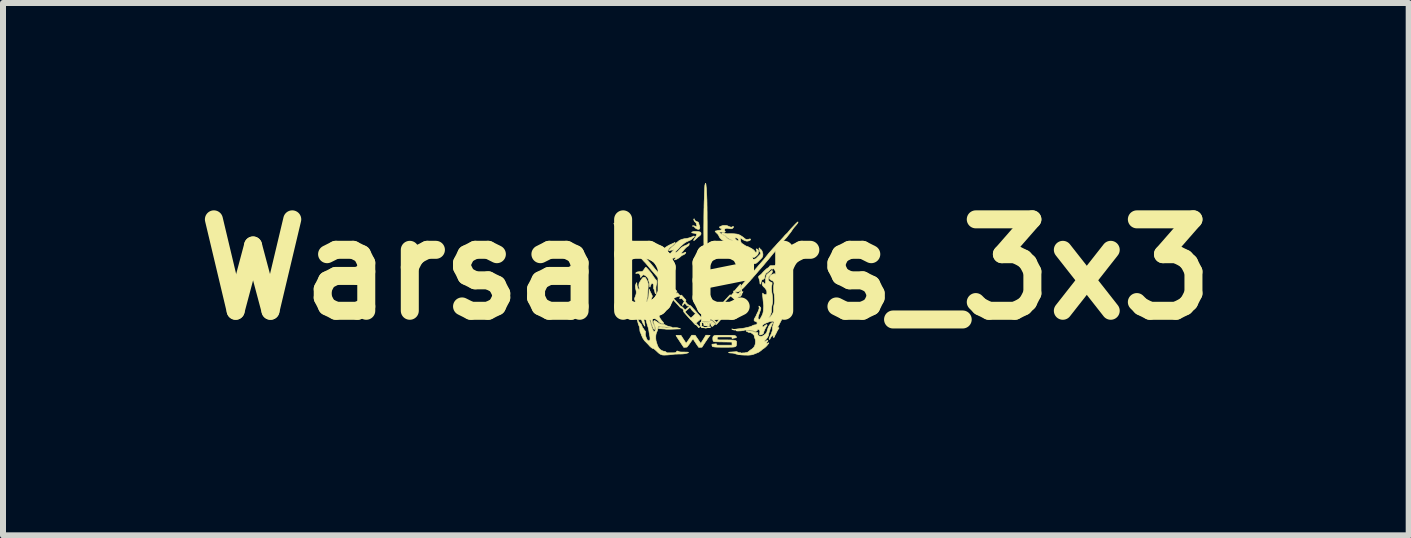
<source format=kicad_pcb>
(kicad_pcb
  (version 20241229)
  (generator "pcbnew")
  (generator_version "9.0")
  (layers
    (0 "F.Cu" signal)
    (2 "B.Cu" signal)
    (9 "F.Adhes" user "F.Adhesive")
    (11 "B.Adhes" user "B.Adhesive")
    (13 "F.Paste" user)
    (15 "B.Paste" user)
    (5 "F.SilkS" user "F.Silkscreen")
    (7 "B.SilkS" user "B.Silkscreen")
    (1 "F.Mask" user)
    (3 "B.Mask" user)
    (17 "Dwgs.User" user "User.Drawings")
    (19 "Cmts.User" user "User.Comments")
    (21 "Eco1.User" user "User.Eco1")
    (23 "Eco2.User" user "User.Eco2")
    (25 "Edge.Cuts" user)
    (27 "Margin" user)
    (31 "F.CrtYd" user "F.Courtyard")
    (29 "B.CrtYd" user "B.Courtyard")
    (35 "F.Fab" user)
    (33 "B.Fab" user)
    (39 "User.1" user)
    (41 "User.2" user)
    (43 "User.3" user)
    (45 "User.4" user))
  (footprint "Warsabers_3x3"
    (layer "F.Cu")
    (at 8.716 1.441)
    (property "Reference" "Warsabers_3x3" (at 0 0 0) (layer "F.SilkS") (effects (font (size 1.524 1.524) (thickness 0.3))))
    (attr through_hole)
    (fp_poly (pts (xy -0.152 -0.632) (xy -0.15 -0.632) (xy -0.126 -0.63) (xy -0.108 -0.627) (xy -0.096 -0.623) (xy -0.087 -0.617) (xy -0.083 -0.608) (xy -0.081 -0.597) (xy -0.081 -0.594) (xy -0.082 -0.587) (xy -0.085 -0.581) (xy -0.09 -0.574) (xy -0.1 -0.564) (xy -0.101 -0.564) (xy -0.11 -0.555) (xy -0.118 -0.549) (xy -0.123 -0.545) (xy -0.123 -0.545) (xy -0.127 -0.543) (xy -0.134 -0.537) (xy -0.143 -0.529) (xy -0.144 -0.527) (xy -0.161 -0.512) (xy -0.175 -0.499) (xy -0.187 -0.489) (xy -0.196 -0.483) (xy -0.201 -0.481) (xy -0.203 -0.484) (xy -0.203 -0.487) (xy -0.201 -0.493) (xy -0.196 -0.502) (xy -0.189 -0.513) (xy -0.188 -0.515) (xy -0.178 -0.531) (xy -0.169 -0.546) (xy -0.161 -0.561) (xy -0.155 -0.574) (xy -0.152 -0.583) (xy -0.152 -0.586) (xy -0.156 -0.591) (xy -0.165 -0.596) (xy -0.179 -0.601) (xy -0.196 -0.604) (xy -0.205 -0.605) (xy -0.222 -0.608) (xy -0.233 -0.611) (xy -0.236 -0.616) (xy -0.234 -0.621) (xy -0.225 -0.625) (xy -0.21 -0.63) (xy -0.194 -0.632) (xy -0.176 -0.633) (xy -0.152 -0.632)) (stroke (width 0.01) (type solid)) (fill yes) (layer "F.SilkS"))
    (fp_poly (pts (xy -0.513 -0.446) (xy -0.518 -0.438) (xy -0.525 -0.429) (xy -0.533 -0.419) (xy -0.543 -0.409) (xy -0.551 -0.402) (xy -0.551 -0.402) (xy -0.576 -0.382) (xy -0.596 -0.366) (xy -0.61 -0.352) (xy -0.62 -0.339) (xy -0.623 -0.333) (xy -0.635 -0.31) (xy -0.647 -0.288) (xy -0.659 -0.269) (xy -0.669 -0.254) (xy -0.673 -0.248) (xy -0.686 -0.234) (xy -0.699 -0.223) (xy -0.71 -0.217) (xy -0.72 -0.215) (xy -0.72 -0.216) (xy -0.728 -0.216) (xy -0.735 -0.211) (xy -0.739 -0.207) (xy -0.755 -0.196) (xy -0.77 -0.188) (xy -0.781 -0.186) (xy -0.79 -0.188) (xy -0.796 -0.196) (xy -0.797 -0.197) (xy -0.802 -0.211) (xy -0.802 -0.226) (xy -0.799 -0.235) (xy -0.795 -0.24) (xy -0.787 -0.25) (xy -0.776 -0.263) (xy -0.763 -0.278) (xy -0.749 -0.293) (xy -0.735 -0.308) (xy -0.722 -0.322) (xy -0.71 -0.334) (xy -0.704 -0.341) (xy -0.675 -0.365) (xy -0.641 -0.388) (xy -0.604 -0.408) (xy -0.571 -0.423) (xy -0.556 -0.43) (xy -0.541 -0.437) (xy -0.532 -0.441) (xy -0.523 -0.446) (xy -0.515 -0.449) (xy -0.513 -0.45) (xy -0.513 -0.446)) (stroke (width 0.01) (type solid)) (fill yes) (layer "F.SilkS"))
    (fp_poly (pts (xy -0.739 0.961) (xy -0.734 0.962) (xy -0.721 0.964) (xy -0.709 0.964) (xy -0.706 0.964) (xy -0.691 0.965) (xy -0.679 0.969) (xy -0.673 0.971) (xy -0.668 0.973) (xy -0.661 0.974) (xy -0.652 0.975) (xy -0.64 0.975) (xy -0.624 0.975) (xy -0.602 0.974) (xy -0.59 0.974) (xy -0.568 0.973) (xy -0.547 0.973) (xy -0.529 0.972) (xy -0.516 0.972) (xy -0.508 0.972) (xy -0.506 0.972) (xy -0.487 0.972) (xy -0.469 0.974) (xy -0.455 0.978) (xy -0.449 0.98) (xy -0.438 0.985) (xy -0.427 0.988) (xy -0.422 0.99) (xy -0.422 0.991) (xy -0.427 0.992) (xy -0.438 0.992) (xy -0.45 0.992) (xy -0.467 0.993) (xy -0.484 0.993) (xy -0.498 0.994) (xy -0.503 0.994) (xy -0.533 0.995) (xy -0.561 0.996) (xy -0.588 0.997) (xy -0.613 0.997) (xy -0.634 0.997) (xy -0.651 0.997) (xy -0.663 0.996) (xy -0.669 0.996) (xy -0.676 0.994) (xy -0.688 0.993) (xy -0.704 0.992) (xy -0.722 0.991) (xy -0.73 0.99) (xy -0.752 0.989) (xy -0.769 0.988) (xy -0.78 0.986) (xy -0.787 0.984) (xy -0.791 0.981) (xy -0.792 0.976) (xy -0.792 0.975) (xy -0.788 0.969) (xy -0.779 0.965) (xy -0.767 0.962) (xy -0.752 0.96) (xy -0.739 0.961)) (stroke (width 0.01) (type solid)) (fill yes) (layer "F.SilkS"))
    (fp_poly (pts (xy -0.194 -0.842) (xy -0.194 -0.837) (xy -0.191 -0.83) (xy -0.19 -0.827) (xy -0.183 -0.817) (xy -0.172 -0.808) (xy -0.163 -0.803) (xy -0.152 -0.798) (xy -0.143 -0.794) (xy -0.138 -0.792) (xy -0.131 -0.79) (xy -0.125 -0.783) (xy -0.119 -0.775) (xy -0.117 -0.767) (xy -0.117 -0.765) (xy -0.117 -0.758) (xy -0.114 -0.748) (xy -0.112 -0.744) (xy -0.106 -0.728) (xy -0.102 -0.711) (xy -0.1 -0.695) (xy -0.101 -0.688) (xy -0.105 -0.676) (xy -0.113 -0.669) (xy -0.125 -0.668) (xy -0.141 -0.671) (xy -0.155 -0.677) (xy -0.166 -0.683) (xy -0.176 -0.691) (xy -0.182 -0.696) (xy -0.192 -0.71) (xy -0.201 -0.718) (xy -0.21 -0.721) (xy -0.213 -0.721) (xy -0.222 -0.721) (xy -0.226 -0.722) (xy -0.224 -0.724) (xy -0.224 -0.725) (xy -0.213 -0.728) (xy -0.198 -0.727) (xy -0.177 -0.721) (xy -0.166 -0.717) (xy -0.158 -0.716) (xy -0.153 -0.72) (xy -0.15 -0.724) (xy -0.15 -0.73) (xy -0.152 -0.736) (xy -0.156 -0.746) (xy -0.158 -0.755) (xy -0.16 -0.765) (xy -0.161 -0.771) (xy -0.165 -0.777) (xy -0.172 -0.784) (xy -0.174 -0.786) (xy -0.186 -0.797) (xy -0.195 -0.811) (xy -0.201 -0.826) (xy -0.202 -0.836) (xy -0.199 -0.841) (xy -0.196 -0.843) (xy -0.193 -0.843) (xy -0.194 -0.842)) (stroke (width 0.01) (type solid)) (fill yes) (layer "F.SilkS"))
    (fp_poly (pts (xy 0.053 1.098) (xy 0.065 1.099) (xy 0.071 1.101) (xy 0.071 1.103) (xy 0.065 1.106) (xy 0.062 1.109) (xy 0.056 1.117) (xy 0.046 1.13) (xy 0.035 1.146) (xy 0.022 1.165) (xy 0.008 1.187) (xy -0.003 1.202) (xy -0.065 1.297) (xy -0.092 1.298) (xy -0.119 1.299) (xy -0.165 1.232) (xy -0.177 1.213) (xy -0.189 1.196) (xy -0.198 1.182) (xy -0.205 1.17) (xy -0.209 1.163) (xy -0.21 1.162) (xy -0.211 1.159) (xy -0.213 1.159) (xy -0.218 1.164) (xy -0.225 1.172) (xy -0.235 1.185) (xy -0.248 1.204) (xy -0.264 1.227) (xy -0.279 1.249) (xy -0.293 1.267) (xy -0.304 1.281) (xy -0.311 1.291) (xy -0.316 1.295) (xy -0.317 1.295) (xy -0.323 1.296) (xy -0.335 1.297) (xy -0.346 1.298) (xy -0.368 1.299) (xy -0.431 1.204) (xy -0.446 1.181) (xy -0.46 1.16) (xy -0.473 1.141) (xy -0.483 1.125) (xy -0.49 1.113) (xy -0.495 1.105) (xy -0.496 1.103) (xy -0.497 1.1) (xy -0.495 1.099) (xy -0.49 1.098) (xy -0.481 1.098) (xy -0.466 1.098) (xy -0.457 1.098) (xy -0.415 1.099) (xy -0.374 1.163) (xy -0.362 1.181) (xy -0.351 1.198) (xy -0.342 1.212) (xy -0.335 1.222) (xy -0.331 1.228) (xy -0.33 1.229) (xy -0.327 1.228) (xy -0.321 1.221) (xy -0.313 1.21) (xy -0.302 1.195) (xy -0.29 1.177) (xy -0.281 1.165) (xy -0.235 1.097) (xy -0.207 1.097) (xy -0.178 1.098) (xy -0.132 1.165) (xy -0.119 1.184) (xy -0.108 1.201) (xy -0.098 1.215) (xy -0.09 1.225) (xy -0.086 1.231) (xy -0.085 1.232) (xy -0.082 1.23) (xy -0.077 1.222) (xy -0.07 1.21) (xy -0.06 1.195) (xy -0.049 1.177) (xy -0.041 1.165) (xy 0.000335 1.097) (xy 0.036 1.097) (xy 0.053 1.098)) (stroke (width 0.01) (type solid)) (fill yes) (layer "F.SilkS"))
    (fp_poly (pts (xy -0.807 -0.271) (xy -0.808 -0.269) (xy -0.814 -0.265) (xy -0.814 -0.265) (xy -0.824 -0.258) (xy -0.83 -0.251) (xy -0.833 -0.242) (xy -0.833 -0.229) (xy -0.832 -0.224) (xy -0.829 -0.204) (xy -0.824 -0.187) (xy -0.816 -0.173) (xy -0.808 -0.164) (xy -0.795 -0.159) (xy -0.779 -0.158) (xy -0.761 -0.161) (xy -0.745 -0.168) (xy -0.733 -0.173) (xy -0.726 -0.174) (xy -0.723 -0.171) (xy -0.725 -0.163) (xy -0.728 -0.159) (xy -0.732 -0.148) (xy -0.736 -0.135) (xy -0.738 -0.122) (xy -0.739 -0.11) (xy -0.737 -0.102) (xy -0.737 -0.101) (xy -0.734 -0.098) (xy -0.729 -0.098) (xy -0.721 -0.101) (xy -0.695 -0.11) (xy -0.666 -0.116) (xy -0.638 -0.12) (xy -0.633 -0.12) (xy -0.619 -0.121) (xy -0.606 -0.122) (xy -0.598 -0.125) (xy -0.596 -0.125) (xy -0.591 -0.128) (xy -0.59 -0.127) (xy -0.59 -0.124) (xy -0.592 -0.118) (xy -0.593 -0.116) (xy -0.596 -0.114) (xy -0.603 -0.11) (xy -0.613 -0.105) (xy -0.623 -0.101) (xy -0.633 -0.097) (xy -0.639 -0.095) (xy -0.64 -0.095) (xy -0.65 -0.092) (xy -0.663 -0.085) (xy -0.679 -0.074) (xy -0.696 -0.059) (xy -0.709 -0.047) (xy -0.722 -0.033) (xy -0.73 -0.024) (xy -0.736 -0.016) (xy -0.738 -0.01) (xy -0.738 -0.007) (xy -0.739 0.002) (xy -0.743 0.005) (xy -0.749 0.001) (xy -0.752 -0.002) (xy -0.759 -0.009) (xy -0.77 -0.017) (xy -0.778 -0.022) (xy -0.789 -0.031) (xy -0.799 -0.041) (xy -0.804 -0.047) (xy -0.811 -0.057) (xy -0.821 -0.07) (xy -0.832 -0.084) (xy -0.844 -0.098) (xy -0.855 -0.111) (xy -0.866 -0.122) (xy -0.873 -0.13) (xy -0.877 -0.132) (xy -0.885 -0.139) (xy -0.894 -0.147) (xy -0.902 -0.156) (xy -0.886 -0.189) (xy -0.873 -0.213) (xy -0.863 -0.231) (xy -0.854 -0.245) (xy -0.845 -0.255) (xy -0.837 -0.262) (xy -0.833 -0.264) (xy -0.823 -0.268) (xy -0.814 -0.271) (xy -0.812 -0.271) (xy -0.807 -0.271)) (stroke (width 0.01) (type solid)) (fill yes) (layer "F.SilkS"))
    (fp_poly (pts (xy 0.896 -0.356) (xy 0.899 -0.35) (xy 0.903 -0.343) (xy 0.912 -0.336) (xy 0.913 -0.335) (xy 0.923 -0.326) (xy 0.933 -0.314) (xy 0.939 -0.3) (xy 0.941 -0.289) (xy 0.943 -0.279) (xy 0.947 -0.272) (xy 0.95 -0.262) (xy 0.951 -0.249) (xy 0.95 -0.233) (xy 0.947 -0.218) (xy 0.942 -0.206) (xy 0.941 -0.204) (xy 0.933 -0.194) (xy 0.922 -0.181) (xy 0.907 -0.166) (xy 0.891 -0.15) (xy 0.874 -0.133) (xy 0.86 -0.12) (xy 0.848 -0.11) (xy 0.84 -0.104) (xy 0.831 -0.1) (xy 0.821 -0.097) (xy 0.813 -0.096) (xy 0.794 -0.093) (xy 0.78 -0.092) (xy 0.768 -0.093) (xy 0.757 -0.096) (xy 0.752 -0.098) (xy 0.739 -0.103) (xy 0.726 -0.107) (xy 0.723 -0.108) (xy 0.716 -0.11) (xy 0.709 -0.113) (xy 0.701 -0.118) (xy 0.691 -0.125) (xy 0.678 -0.135) (xy 0.674 -0.138) (xy 0.664 -0.144) (xy 0.655 -0.148) (xy 0.651 -0.149) (xy 0.645 -0.15) (xy 0.644 -0.153) (xy 0.649 -0.157) (xy 0.657 -0.16) (xy 0.658 -0.161) (xy 0.664 -0.162) (xy 0.671 -0.161) (xy 0.678 -0.158) (xy 0.69 -0.153) (xy 0.695 -0.149) (xy 0.711 -0.141) (xy 0.723 -0.137) (xy 0.728 -0.137) (xy 0.735 -0.138) (xy 0.745 -0.136) (xy 0.748 -0.135) (xy 0.758 -0.133) (xy 0.765 -0.134) (xy 0.77 -0.136) (xy 0.776 -0.144) (xy 0.78 -0.152) (xy 0.784 -0.161) (xy 0.791 -0.166) (xy 0.803 -0.17) (xy 0.813 -0.172) (xy 0.818 -0.172) (xy 0.822 -0.173) (xy 0.827 -0.176) (xy 0.833 -0.179) (xy 0.839 -0.185) (xy 0.848 -0.193) (xy 0.859 -0.204) (xy 0.874 -0.219) (xy 0.892 -0.238) (xy 0.897 -0.243) (xy 0.909 -0.257) (xy 0.914 -0.269) (xy 0.914 -0.278) (xy 0.907 -0.286) (xy 0.906 -0.286) (xy 0.899 -0.294) (xy 0.897 -0.303) (xy 0.896 -0.312) (xy 0.892 -0.324) (xy 0.89 -0.328) (xy 0.886 -0.34) (xy 0.886 -0.35) (xy 0.888 -0.357) (xy 0.892 -0.359) (xy 0.896 -0.356)) (stroke (width 0.01) (type solid)) (fill yes) (layer "F.SilkS"))
    (fp_poly (pts (xy -0.002 -1.432) (xy 0.001 -1.421) (xy 0.003 -1.405) (xy 0.005 -1.382) (xy 0.008 -1.353) (xy 0.01 -1.318) (xy 0.012 -1.276) (xy 0.015 -1.227) (xy 0.017 -1.172) (xy 0.018 -1.157) (xy 0.018 -1.136) (xy 0.019 -1.109) (xy 0.019 -1.076) (xy 0.02 -1.039) (xy 0.02 -0.997) (xy 0.021 -0.952) (xy 0.021 -0.903) (xy 0.021 -0.852) (xy 0.022 -0.799) (xy 0.022 -0.745) (xy 0.022 -0.691) (xy 0.022 -0.636) (xy 0.022 -0.582) (xy 0.022 -0.529) (xy 0.022 -0.478) (xy 0.022 -0.429) (xy 0.021 -0.384) (xy 0.021 -0.342) (xy 0.021 -0.305) (xy 0.02 -0.272) (xy 0.02 -0.245) (xy 0.019 -0.234) (xy 0.019 -0.203) (xy 0.018 -0.169) (xy 0.017 -0.134) (xy 0.016 -0.1) (xy 0.015 -0.07) (xy 0.015 -0.058) (xy 0.014 -0.03) (xy 0.013 -0.008) (xy 0.012 0.01) (xy 0.011 0.023) (xy 0.009 0.034) (xy 0.007 0.042) (xy 0.006 0.046) (xy 0.003 0.057) (xy 0.001 0.067) (xy 0.000044 0.072) (xy -0.002 0.078) (xy -0.005 0.08) (xy -0.008 0.078) (xy -0.008 0.077) (xy -0.01 0.072) (xy -0.012 0.062) (xy -0.013 0.051) (xy -0.016 0.039) (xy -0.019 0.029) (xy -0.021 0.025) (xy -0.023 0.021) (xy -0.024 0.014) (xy -0.025 0.002) (xy -0.025 -0.015) (xy -0.026 -0.037) (xy -0.026 -0.066) (xy -0.026 -0.066) (xy -0.026 -0.087) (xy -0.027 -0.114) (xy -0.027 -0.145) (xy -0.028 -0.18) (xy -0.028 -0.217) (xy -0.029 -0.255) (xy -0.03 -0.293) (xy -0.03 -0.322) (xy -0.032 -0.394) (xy -0.033 -0.471) (xy -0.033 -0.551) (xy -0.034 -0.632) (xy -0.034 -0.714) (xy -0.033 -0.794) (xy -0.033 -0.872) (xy -0.032 -0.946) (xy -0.031 -1.015) (xy -0.03 -1.028) (xy -0.03 -1.062) (xy -0.029 -1.097) (xy -0.028 -1.133) (xy -0.026 -1.17) (xy -0.025 -1.206) (xy -0.024 -1.241) (xy -0.023 -1.275) (xy -0.021 -1.306) (xy -0.02 -1.334) (xy -0.019 -1.358) (xy -0.018 -1.379) (xy -0.017 -1.394) (xy -0.016 -1.403) (xy -0.015 -1.406) (xy -0.014 -1.412) (xy -0.011 -1.421) (xy -0.01 -1.426) (xy -0.007 -1.434) (xy -0.005 -1.436) (xy -0.002 -1.432)) (stroke (width 0.01) (type solid)) (fill yes) (layer "F.SilkS"))
    (fp_poly (pts (xy 1.291 -0.09) (xy 1.291 -0.084) (xy 1.288 -0.075) (xy 1.282 -0.065) (xy 1.277 -0.057) (xy 1.274 -0.054) (xy 1.267 -0.05) (xy 1.255 -0.044) (xy 1.241 -0.039) (xy 1.226 -0.034) (xy 1.213 -0.03) (xy 1.208 -0.029) (xy 1.194 -0.024) (xy 1.183 -0.015) (xy 1.176 -0.004) (xy 1.175 0.003) (xy 1.175 0.014) (xy 1.177 0.023) (xy 1.177 0.023) (xy 1.178 0.029) (xy 1.174 0.03) (xy 1.174 0.03) (xy 1.165 0.028) (xy 1.155 0.02) (xy 1.145 0.009) (xy 1.139 -0.001) (xy 1.13 -0.016) (xy 1.12 -0.01) (xy 1.108 -0.004) (xy 1.1 -0.004) (xy 1.095 -0.009) (xy 1.093 -0.011) (xy 1.089 -0.009) (xy 1.082 -0.003) (xy 1.072 0.007) (xy 1.059 0.02) (xy 1.044 0.033) (xy 1.031 0.044) (xy 1.03 0.045) (xy 1.013 0.057) (xy 1.001 0.068) (xy 0.993 0.079) (xy 0.988 0.092) (xy 0.984 0.108) (xy 0.983 0.121) (xy 0.98 0.134) (xy 0.978 0.144) (xy 0.973 0.151) (xy 0.967 0.157) (xy 0.957 0.166) (xy 0.947 0.169) (xy 0.945 0.169) (xy 0.938 0.171) (xy 0.935 0.174) (xy 0.933 0.179) (xy 0.93 0.188) (xy 0.928 0.191) (xy 0.923 0.204) (xy 0.92 0.218) (xy 0.919 0.221) (xy 0.917 0.234) (xy 0.913 0.242) (xy 0.908 0.245) (xy 0.905 0.243) (xy 0.903 0.238) (xy 0.901 0.227) (xy 0.901 0.217) (xy 0.9 0.203) (xy 0.897 0.189) (xy 0.892 0.171) (xy 0.889 0.162) (xy 0.883 0.144) (xy 0.879 0.13) (xy 0.878 0.121) (xy 0.879 0.12) (xy 0.883 0.113) (xy 0.892 0.105) (xy 0.898 0.101) (xy 0.909 0.092) (xy 0.922 0.081) (xy 0.934 0.069) (xy 0.936 0.066) (xy 0.952 0.048) (xy 0.969 0.03) (xy 0.986 0.014) (xy 1.002 -0.001) (xy 1.015 -0.012) (xy 1.026 -0.02) (xy 1.029 -0.021) (xy 1.042 -0.029) (xy 1.055 -0.042) (xy 1.064 -0.054) (xy 1.066 -0.058) (xy 1.07 -0.06) (xy 1.076 -0.061) (xy 1.085 -0.062) (xy 1.099 -0.062) (xy 1.106 -0.063) (xy 1.123 -0.063) (xy 1.135 -0.064) (xy 1.144 -0.065) (xy 1.153 -0.068) (xy 1.164 -0.073) (xy 1.166 -0.074) (xy 1.19 -0.085) (xy 1.214 -0.081) (xy 1.236 -0.079) (xy 1.253 -0.08) (xy 1.266 -0.085) (xy 1.271 -0.088) (xy 1.281 -0.094) (xy 1.288 -0.094) (xy 1.291 -0.09)) (stroke (width 0.01) (type solid)) (fill yes) (layer "F.SilkS"))
    (fp_poly (pts (xy -0.997 -0.035) (xy -0.99 -0.028) (xy -0.979 -0.017) (xy -0.967 -0.004) (xy -0.954 0.011) (xy -0.94 0.027) (xy -0.927 0.043) (xy -0.915 0.058) (xy -0.905 0.071) (xy -0.899 0.08) (xy -0.884 0.102) (xy -0.873 0.12) (xy -0.863 0.134) (xy -0.855 0.145) (xy -0.849 0.153) (xy -0.844 0.16) (xy -0.838 0.166) (xy -0.838 0.166) (xy -0.83 0.175) (xy -0.823 0.184) (xy -0.82 0.189) (xy -0.817 0.198) (xy -0.816 0.212) (xy -0.817 0.227) (xy -0.819 0.241) (xy -0.821 0.246) (xy -0.827 0.264) (xy -0.83 0.282) (xy -0.832 0.302) (xy -0.832 0.326) (xy -0.832 0.336) (xy -0.831 0.353) (xy -0.83 0.37) (xy -0.829 0.384) (xy -0.828 0.392) (xy -0.827 0.401) (xy -0.828 0.405) (xy -0.831 0.406) (xy -0.833 0.406) (xy -0.84 0.404) (xy -0.843 0.4) (xy -0.846 0.393) (xy -0.849 0.382) (xy -0.852 0.369) (xy -0.852 0.367) (xy -0.856 0.352) (xy -0.861 0.339) (xy -0.865 0.329) (xy -0.866 0.328) (xy -0.869 0.321) (xy -0.872 0.315) (xy -0.872 0.306) (xy -0.872 0.294) (xy -0.871 0.287) (xy -0.871 0.271) (xy -0.871 0.261) (xy -0.873 0.252) (xy -0.875 0.248) (xy -0.883 0.237) (xy -0.892 0.232) (xy -0.901 0.234) (xy -0.901 0.234) (xy -0.906 0.239) (xy -0.913 0.249) (xy -0.919 0.261) (xy -0.925 0.273) (xy -0.928 0.283) (xy -0.928 0.286) (xy -0.929 0.293) (xy -0.932 0.294) (xy -0.934 0.291) (xy -0.937 0.283) (xy -0.937 0.279) (xy -0.939 0.256) (xy -0.941 0.236) (xy -0.945 0.217) (xy -0.95 0.196) (xy -0.957 0.172) (xy -0.957 0.169) (xy -0.962 0.155) (xy -0.967 0.144) (xy -0.973 0.136) (xy -0.981 0.127) (xy -0.985 0.123) (xy -1.002 0.108) (xy -1.017 0.098) (xy -1.031 0.092) (xy -1.041 0.09) (xy -1.044 0.091) (xy -1.052 0.096) (xy -1.062 0.105) (xy -1.072 0.115) (xy -1.079 0.125) (xy -1.081 0.129) (xy -1.084 0.134) (xy -1.086 0.134) (xy -1.089 0.131) (xy -1.091 0.123) (xy -1.091 0.117) (xy -1.092 0.107) (xy -1.096 0.095) (xy -1.103 0.082) (xy -1.11 0.072) (xy -1.113 0.07) (xy -1.122 0.065) (xy -1.133 0.063) (xy -1.147 0.064) (xy -1.154 0.065) (xy -1.163 0.067) (xy -1.167 0.066) (xy -1.168 0.063) (xy -1.168 0.062) (xy -1.163 0.053) (xy -1.151 0.046) (xy -1.134 0.041) (xy -1.111 0.038) (xy -1.092 0.037) (xy -1.078 0.037) (xy -1.066 0.035) (xy -1.058 0.033) (xy -1.052 0.028) (xy -1.043 0.018) (xy -1.033 0.005) (xy -1.027 -0.004) (xy -1.018 -0.017) (xy -1.011 -0.028) (xy -1.004 -0.035) (xy -1.001 -0.037) (xy -0.997 -0.035)) (stroke (width 0.01) (type solid)) (fill yes) (layer "F.SilkS"))
    (fp_poly (pts (xy -0.942 0.333) (xy -0.942 0.335) (xy -0.941 0.338) (xy -0.94 0.342) (xy -0.938 0.349) (xy -0.933 0.358) (xy -0.927 0.37) (xy -0.919 0.386) (xy -0.908 0.408) (xy -0.905 0.414) (xy -0.897 0.43) (xy -0.893 0.443) (xy -0.893 0.454) (xy -0.897 0.465) (xy -0.903 0.476) (xy -0.91 0.495) (xy -0.911 0.506) (xy -0.91 0.521) (xy -0.906 0.53) (xy -0.899 0.534) (xy -0.894 0.535) (xy -0.888 0.534) (xy -0.884 0.532) (xy -0.88 0.526) (xy -0.875 0.515) (xy -0.874 0.513) (xy -0.867 0.499) (xy -0.86 0.492) (xy -0.855 0.491) (xy -0.852 0.495) (xy -0.851 0.499) (xy -0.85 0.509) (xy -0.85 0.523) (xy -0.85 0.536) (xy -0.85 0.554) (xy -0.849 0.567) (xy -0.848 0.577) (xy -0.845 0.589) (xy -0.84 0.603) (xy -0.838 0.607) (xy -0.832 0.623) (xy -0.826 0.639) (xy -0.82 0.651) (xy -0.818 0.656) (xy -0.814 0.665) (xy -0.809 0.68) (xy -0.804 0.697) (xy -0.799 0.715) (xy -0.798 0.718) (xy -0.79 0.747) (xy -0.783 0.771) (xy -0.776 0.79) (xy -0.767 0.807) (xy -0.758 0.824) (xy -0.746 0.84) (xy -0.731 0.859) (xy -0.727 0.863) (xy -0.717 0.875) (xy -0.709 0.886) (xy -0.703 0.893) (xy -0.701 0.897) (xy -0.701 0.897) (xy -0.704 0.9) (xy -0.713 0.901) (xy -0.727 0.901) (xy -0.733 0.901) (xy -0.746 0.898) (xy -0.759 0.892) (xy -0.772 0.881) (xy -0.784 0.869) (xy -0.794 0.858) (xy -0.804 0.848) (xy -0.813 0.842) (xy -0.815 0.841) (xy -0.823 0.837) (xy -0.828 0.833) (xy -0.828 0.833) (xy -0.833 0.829) (xy -0.841 0.825) (xy -0.852 0.82) (xy -0.863 0.816) (xy -0.871 0.813) (xy -0.874 0.813) (xy -0.88 0.815) (xy -0.886 0.821) (xy -0.891 0.834) (xy -0.892 0.851) (xy -0.889 0.872) (xy -0.882 0.895) (xy -0.872 0.917) (xy -0.867 0.929) (xy -0.862 0.939) (xy -0.86 0.945) (xy -0.86 0.946) (xy -0.858 0.952) (xy -0.857 0.954) (xy -0.854 0.959) (xy -0.852 0.969) (xy -0.851 0.976) (xy -0.851 0.99) (xy -0.854 0.998) (xy -0.859 1) (xy -0.866 0.997) (xy -0.872 0.991) (xy -0.877 0.981) (xy -0.877 0.98) (xy -0.88 0.971) (xy -0.885 0.959) (xy -0.891 0.943) (xy -0.896 0.929) (xy -0.902 0.912) (xy -0.908 0.894) (xy -0.913 0.878) (xy -0.915 0.868) (xy -0.918 0.852) (xy -0.924 0.835) (xy -0.929 0.824) (xy -0.938 0.798) (xy -0.946 0.769) (xy -0.95 0.74) (xy -0.95 0.739) (xy -0.952 0.729) (xy -0.955 0.714) (xy -0.96 0.697) (xy -0.964 0.685) (xy -0.969 0.671) (xy -0.972 0.66) (xy -0.974 0.65) (xy -0.976 0.639) (xy -0.977 0.626) (xy -0.977 0.609) (xy -0.978 0.591) (xy -0.978 0.563) (xy -0.978 0.542) (xy -0.977 0.527) (xy -0.975 0.52) (xy -0.97 0.503) (xy -0.965 0.489) (xy -0.96 0.475) (xy -0.955 0.462) (xy -0.954 0.455) (xy -0.952 0.443) (xy -0.951 0.426) (xy -0.95 0.407) (xy -0.949 0.395) (xy -0.948 0.375) (xy -0.947 0.358) (xy -0.946 0.344) (xy -0.945 0.335) (xy -0.945 0.332) (xy -0.942 0.329) (xy -0.942 0.333)) (stroke (width 0.01) (type solid)) (fill yes) (layer "F.SilkS"))
    (fp_poly (pts (xy -1.523 -0.77) (xy -1.515 -0.763) (xy -1.505 -0.754) (xy -1.494 -0.743) (xy -1.482 -0.731) (xy -1.472 -0.719) (xy -1.463 -0.709) (xy -1.462 -0.707) (xy -1.454 -0.696) (xy -1.442 -0.683) (xy -1.428 -0.668) (xy -1.414 -0.654) (xy -1.412 -0.652) (xy -1.396 -0.636) (xy -1.379 -0.618) (xy -1.362 -0.6) (xy -1.349 -0.586) (xy -1.337 -0.572) (xy -1.326 -0.559) (xy -1.316 -0.549) (xy -1.309 -0.542) (xy -1.299 -0.532) (xy -1.289 -0.52) (xy -1.286 -0.515) (xy -1.279 -0.506) (xy -1.269 -0.493) (xy -1.257 -0.48) (xy -1.251 -0.474) (xy -1.239 -0.46) (xy -1.226 -0.445) (xy -1.214 -0.431) (xy -1.211 -0.427) (xy -1.202 -0.416) (xy -1.19 -0.402) (xy -1.176 -0.387) (xy -1.162 -0.372) (xy -1.16 -0.369) (xy -1.146 -0.355) (xy -1.133 -0.341) (xy -1.122 -0.328) (xy -1.113 -0.318) (xy -1.112 -0.317) (xy -1.104 -0.307) (xy -1.093 -0.294) (xy -1.081 -0.28) (xy -1.076 -0.274) (xy -1.063 -0.261) (xy -1.051 -0.247) (xy -1.04 -0.234) (xy -1.037 -0.23) (xy -1.03 -0.221) (xy -1.019 -0.209) (xy -1.006 -0.194) (xy -0.992 -0.178) (xy -0.982 -0.168) (xy -0.953 -0.135) (xy -0.928 -0.107) (xy -0.907 -0.082) (xy -0.888 -0.058) (xy -0.871 -0.038) (xy -0.86 -0.024) (xy -0.849 -0.01) (xy -0.839 0.002) (xy -0.835 0.007) (xy -0.828 0.014) (xy -0.819 0.026) (xy -0.807 0.04) (xy -0.793 0.057) (xy -0.778 0.075) (xy -0.776 0.078) (xy -0.761 0.096) (xy -0.746 0.113) (xy -0.734 0.128) (xy -0.723 0.141) (xy -0.715 0.15) (xy -0.715 0.151) (xy -0.704 0.164) (xy -0.692 0.178) (xy -0.685 0.187) (xy -0.675 0.2) (xy -0.663 0.214) (xy -0.656 0.224) (xy -0.64 0.242) (xy -0.655 0.257) (xy -0.664 0.266) (xy -0.671 0.272) (xy -0.676 0.274) (xy -0.683 0.272) (xy -0.69 0.265) (xy -0.7 0.254) (xy -0.708 0.245) (xy -0.722 0.229) (xy -0.737 0.21) (xy -0.752 0.193) (xy -0.76 0.182) (xy -0.781 0.157) (xy -0.806 0.126) (xy -0.835 0.093) (xy -0.865 0.057) (xy -0.896 0.022) (xy -0.912 0.003) (xy -0.929 -0.017) (xy -0.946 -0.037) (xy -0.961 -0.055) (xy -0.97 -0.066) (xy -0.985 -0.084) (xy -1.001 -0.103) (xy -1.018 -0.121) (xy -1.032 -0.135) (xy -1.044 -0.149) (xy -1.056 -0.162) (xy -1.069 -0.176) (xy -1.083 -0.192) (xy -1.099 -0.21) (xy -1.117 -0.232) (xy -1.138 -0.258) (xy -1.152 -0.274) (xy -1.166 -0.292) (xy -1.182 -0.311) (xy -1.196 -0.329) (xy -1.209 -0.345) (xy -1.214 -0.351) (xy -1.226 -0.365) (xy -1.238 -0.381) (xy -1.249 -0.395) (xy -1.255 -0.403) (xy -1.262 -0.413) (xy -1.273 -0.427) (xy -1.286 -0.443) (xy -1.3 -0.46) (xy -1.308 -0.47) (xy -1.322 -0.486) (xy -1.335 -0.503) (xy -1.347 -0.518) (xy -1.356 -0.531) (xy -1.36 -0.537) (xy -1.369 -0.549) (xy -1.38 -0.564) (xy -1.392 -0.578) (xy -1.396 -0.582) (xy -1.407 -0.595) (xy -1.421 -0.611) (xy -1.435 -0.628) (xy -1.444 -0.639) (xy -1.457 -0.656) (xy -1.472 -0.676) (xy -1.487 -0.694) (xy -1.495 -0.704) (xy -1.511 -0.725) (xy -1.523 -0.743) (xy -1.53 -0.756) (xy -1.533 -0.766) (xy -1.531 -0.771) (xy -1.527 -0.772) (xy -1.523 -0.77)) (stroke (width 0.01) (type solid)) (fill yes) (layer "F.SilkS"))
    (fp_poly (pts (xy 0.255 1.098) (xy 0.287 1.098) (xy 0.32 1.098) (xy 0.357 1.098) (xy 0.388 1.098) (xy 0.413 1.099) (xy 0.433 1.099) (xy 0.45 1.099) (xy 0.462 1.1) (xy 0.471 1.101) (xy 0.478 1.101) (xy 0.483 1.102) (xy 0.487 1.104) (xy 0.49 1.105) (xy 0.491 1.106) (xy 0.501 1.114) (xy 0.508 1.122) (xy 0.51 1.131) (xy 0.508 1.136) (xy 0.502 1.139) (xy 0.492 1.141) (xy 0.479 1.144) (xy 0.474 1.144) (xy 0.461 1.146) (xy 0.45 1.149) (xy 0.443 1.151) (xy 0.441 1.152) (xy 0.439 1.153) (xy 0.437 1.15) (xy 0.437 1.142) (xy 0.436 1.133) (xy 0.433 1.128) (xy 0.429 1.127) (xy 0.424 1.126) (xy 0.413 1.126) (xy 0.397 1.125) (xy 0.377 1.125) (xy 0.355 1.125) (xy 0.331 1.125) (xy 0.306 1.125) (xy 0.282 1.125) (xy 0.259 1.125) (xy 0.238 1.125) (xy 0.22 1.126) (xy 0.208 1.126) (xy 0.2 1.127) (xy 0.199 1.127) (xy 0.194 1.128) (xy 0.191 1.132) (xy 0.19 1.138) (xy 0.19 1.147) (xy 0.19 1.154) (xy 0.189 1.16) (xy 0.19 1.165) (xy 0.192 1.169) (xy 0.197 1.171) (xy 0.204 1.173) (xy 0.214 1.174) (xy 0.228 1.175) (xy 0.247 1.175) (xy 0.272 1.175) (xy 0.302 1.175) (xy 0.311 1.175) (xy 0.352 1.175) (xy 0.388 1.176) (xy 0.417 1.176) (xy 0.441 1.178) (xy 0.461 1.179) (xy 0.477 1.181) (xy 0.489 1.184) (xy 0.498 1.187) (xy 0.504 1.192) (xy 0.508 1.196) (xy 0.511 1.201) (xy 0.512 1.207) (xy 0.512 1.219) (xy 0.512 1.233) (xy 0.511 1.247) (xy 0.509 1.261) (xy 0.507 1.271) (xy 0.506 1.274) (xy 0.499 1.282) (xy 0.486 1.289) (xy 0.469 1.293) (xy 0.46 1.294) (xy 0.445 1.295) (xy 0.425 1.296) (xy 0.401 1.296) (xy 0.374 1.297) (xy 0.345 1.297) (xy 0.315 1.297) (xy 0.285 1.297) (xy 0.255 1.297) (xy 0.227 1.296) (xy 0.201 1.296) (xy 0.178 1.295) (xy 0.16 1.294) (xy 0.147 1.293) (xy 0.141 1.292) (xy 0.129 1.29) (xy 0.121 1.289) (xy 0.118 1.289) (xy 0.114 1.288) (xy 0.109 1.282) (xy 0.105 1.274) (xy 0.102 1.265) (xy 0.102 1.26) (xy 0.102 1.247) (xy 0.126 1.245) (xy 0.141 1.243) (xy 0.154 1.242) (xy 0.164 1.241) (xy 0.172 1.24) (xy 0.176 1.241) (xy 0.176 1.245) (xy 0.175 1.246) (xy 0.174 1.25) (xy 0.174 1.254) (xy 0.174 1.257) (xy 0.177 1.259) (xy 0.182 1.26) (xy 0.19 1.262) (xy 0.202 1.262) (xy 0.218 1.263) (xy 0.239 1.263) (xy 0.265 1.263) (xy 0.297 1.263) (xy 0.437 1.263) (xy 0.435 1.211) (xy 0.291 1.209) (xy 0.26 1.208) (xy 0.231 1.208) (xy 0.205 1.207) (xy 0.182 1.206) (xy 0.163 1.206) (xy 0.149 1.205) (xy 0.14 1.204) (xy 0.138 1.204) (xy 0.129 1.2) (xy 0.122 1.194) (xy 0.119 1.184) (xy 0.117 1.169) (xy 0.116 1.161) (xy 0.116 1.141) (xy 0.119 1.126) (xy 0.124 1.115) (xy 0.133 1.108) (xy 0.144 1.103) (xy 0.148 1.102) (xy 0.153 1.1) (xy 0.159 1.1) (xy 0.167 1.099) (xy 0.177 1.098) (xy 0.19 1.098) (xy 0.207 1.098) (xy 0.229 1.098) (xy 0.255 1.098)) (stroke (width 0.01) (type solid)) (fill yes) (layer "F.SilkS"))
    (fp_poly (pts (xy 0.291 -0.609) (xy 0.309 -0.605) (xy 0.325 -0.6) (xy 0.333 -0.597) (xy 0.341 -0.596) (xy 0.352 -0.595) (xy 0.365 -0.594) (xy 0.383 -0.595) (xy 0.4 -0.595) (xy 0.437 -0.595) (xy 0.47 -0.594) (xy 0.497 -0.591) (xy 0.516 -0.589) (xy 0.53 -0.586) (xy 0.542 -0.583) (xy 0.553 -0.578) (xy 0.566 -0.572) (xy 0.58 -0.564) (xy 0.597 -0.553) (xy 0.615 -0.541) (xy 0.627 -0.532) (xy 0.64 -0.521) (xy 0.652 -0.512) (xy 0.661 -0.505) (xy 0.667 -0.502) (xy 0.667 -0.502) (xy 0.678 -0.498) (xy 0.694 -0.499) (xy 0.711 -0.502) (xy 0.719 -0.505) (xy 0.732 -0.508) (xy 0.74 -0.508) (xy 0.744 -0.503) (xy 0.745 -0.498) (xy 0.742 -0.491) (xy 0.734 -0.484) (xy 0.722 -0.479) (xy 0.707 -0.474) (xy 0.693 -0.472) (xy 0.679 -0.472) (xy 0.678 -0.472) (xy 0.663 -0.476) (xy 0.645 -0.483) (xy 0.627 -0.491) (xy 0.612 -0.501) (xy 0.606 -0.505) (xy 0.595 -0.513) (xy 0.583 -0.519) (xy 0.574 -0.524) (xy 0.569 -0.525) (xy 0.567 -0.523) (xy 0.571 -0.516) (xy 0.574 -0.507) (xy 0.577 -0.496) (xy 0.578 -0.492) (xy 0.581 -0.468) (xy 0.587 -0.45) (xy 0.595 -0.438) (xy 0.598 -0.435) (xy 0.606 -0.43) (xy 0.611 -0.427) (xy 0.611 -0.427) (xy 0.615 -0.425) (xy 0.622 -0.42) (xy 0.631 -0.414) (xy 0.654 -0.398) (xy 0.676 -0.387) (xy 0.693 -0.382) (xy 0.706 -0.377) (xy 0.722 -0.369) (xy 0.741 -0.359) (xy 0.76 -0.349) (xy 0.777 -0.338) (xy 0.79 -0.329) (xy 0.801 -0.319) (xy 0.812 -0.307) (xy 0.817 -0.301) (xy 0.824 -0.29) (xy 0.831 -0.285) (xy 0.838 -0.285) (xy 0.844 -0.288) (xy 0.848 -0.294) (xy 0.85 -0.304) (xy 0.849 -0.315) (xy 0.846 -0.326) (xy 0.843 -0.329) (xy 0.839 -0.337) (xy 0.84 -0.341) (xy 0.844 -0.342) (xy 0.851 -0.341) (xy 0.859 -0.336) (xy 0.866 -0.33) (xy 0.872 -0.323) (xy 0.876 -0.316) (xy 0.877 -0.308) (xy 0.877 -0.296) (xy 0.875 -0.276) (xy 0.87 -0.259) (xy 0.86 -0.243) (xy 0.844 -0.227) (xy 0.823 -0.21) (xy 0.812 -0.203) (xy 0.8 -0.2) (xy 0.792 -0.2) (xy 0.782 -0.2) (xy 0.775 -0.202) (xy 0.774 -0.203) (xy 0.769 -0.208) (xy 0.76 -0.215) (xy 0.747 -0.224) (xy 0.733 -0.233) (xy 0.719 -0.242) (xy 0.713 -0.246) (xy 0.695 -0.256) (xy 0.678 -0.268) (xy 0.663 -0.28) (xy 0.651 -0.29) (xy 0.643 -0.3) (xy 0.642 -0.302) (xy 0.638 -0.312) (xy 0.637 -0.323) (xy 0.635 -0.333) (xy 0.629 -0.346) (xy 0.627 -0.35) (xy 0.619 -0.36) (xy 0.61 -0.367) (xy 0.596 -0.374) (xy 0.586 -0.379) (xy 0.579 -0.384) (xy 0.576 -0.386) (xy 0.573 -0.389) (xy 0.57 -0.391) (xy 0.563 -0.394) (xy 0.555 -0.399) (xy 0.547 -0.404) (xy 0.536 -0.41) (xy 0.524 -0.418) (xy 0.524 -0.418) (xy 0.502 -0.433) (xy 0.478 -0.45) (xy 0.451 -0.471) (xy 0.435 -0.485) (xy 0.407 -0.505) (xy 0.382 -0.518) (xy 0.376 -0.521) (xy 0.484 -0.521) (xy 0.487 -0.514) (xy 0.494 -0.505) (xy 0.503 -0.496) (xy 0.515 -0.487) (xy 0.516 -0.486) (xy 0.527 -0.479) (xy 0.533 -0.476) (xy 0.536 -0.475) (xy 0.539 -0.476) (xy 0.541 -0.477) (xy 0.544 -0.483) (xy 0.544 -0.492) (xy 0.541 -0.502) (xy 0.535 -0.512) (xy 0.534 -0.513) (xy 0.527 -0.519) (xy 0.517 -0.523) (xy 0.506 -0.526) (xy 0.495 -0.527) (xy 0.488 -0.526) (xy 0.484 -0.522) (xy 0.484 -0.521) (xy 0.376 -0.521) (xy 0.365 -0.526) (xy 0.353 -0.535) (xy 0.349 -0.538) (xy 0.338 -0.55) (xy 0.323 -0.562) (xy 0.306 -0.573) (xy 0.289 -0.582) (xy 0.287 -0.582) (xy 0.276 -0.587) (xy 0.27 -0.591) (xy 0.268 -0.596) (xy 0.267 -0.599) (xy 0.267 -0.606) (xy 0.271 -0.61) (xy 0.279 -0.611) (xy 0.291 -0.609)) (stroke (width 0.01) (type solid)) (fill yes) (layer "F.SilkS"))
    (fp_poly (pts (xy -0.194 -0.554) (xy -0.191 -0.55) (xy -0.192 -0.545) (xy -0.194 -0.542) (xy -0.2 -0.535) (xy -0.209 -0.528) (xy -0.213 -0.525) (xy -0.223 -0.518) (xy -0.232 -0.509) (xy -0.234 -0.507) (xy -0.239 -0.501) (xy -0.245 -0.496) (xy -0.255 -0.491) (xy -0.267 -0.484) (xy -0.285 -0.477) (xy -0.291 -0.474) (xy -0.307 -0.467) (xy -0.324 -0.459) (xy -0.339 -0.451) (xy -0.341 -0.449) (xy -0.35 -0.443) (xy -0.363 -0.434) (xy -0.377 -0.422) (xy -0.391 -0.41) (xy -0.406 -0.397) (xy -0.419 -0.385) (xy -0.43 -0.375) (xy -0.438 -0.367) (xy -0.441 -0.363) (xy -0.444 -0.358) (xy -0.451 -0.35) (xy -0.461 -0.34) (xy -0.466 -0.335) (xy -0.478 -0.324) (xy -0.49 -0.312) (xy -0.5 -0.303) (xy -0.502 -0.3) (xy -0.51 -0.291) (xy -0.514 -0.285) (xy -0.514 -0.282) (xy -0.509 -0.284) (xy -0.509 -0.284) (xy -0.502 -0.286) (xy -0.499 -0.286) (xy -0.492 -0.286) (xy -0.481 -0.291) (xy -0.469 -0.3) (xy -0.457 -0.312) (xy -0.449 -0.321) (xy -0.43 -0.342) (xy -0.412 -0.36) (xy -0.392 -0.374) (xy -0.369 -0.387) (xy -0.342 -0.399) (xy -0.326 -0.405) (xy -0.313 -0.411) (xy -0.3 -0.419) (xy -0.295 -0.422) (xy -0.285 -0.43) (xy -0.278 -0.433) (xy -0.275 -0.431) (xy -0.276 -0.428) (xy -0.278 -0.42) (xy -0.28 -0.411) (xy -0.283 -0.402) (xy -0.288 -0.395) (xy -0.297 -0.389) (xy -0.304 -0.385) (xy -0.312 -0.38) (xy -0.323 -0.371) (xy -0.336 -0.359) (xy -0.349 -0.345) (xy -0.362 -0.331) (xy -0.373 -0.317) (xy -0.381 -0.306) (xy -0.382 -0.305) (xy -0.388 -0.297) (xy -0.396 -0.288) (xy -0.4 -0.283) (xy -0.407 -0.275) (xy -0.412 -0.269) (xy -0.413 -0.267) (xy -0.41 -0.265) (xy -0.403 -0.265) (xy -0.391 -0.267) (xy -0.378 -0.271) (xy -0.364 -0.276) (xy -0.35 -0.282) (xy -0.348 -0.283) (xy -0.34 -0.287) (xy -0.336 -0.287) (xy -0.335 -0.283) (xy -0.335 -0.28) (xy -0.338 -0.272) (xy -0.346 -0.262) (xy -0.357 -0.253) (xy -0.369 -0.245) (xy -0.382 -0.24) (xy -0.382 -0.24) (xy -0.397 -0.234) (xy -0.412 -0.222) (xy -0.417 -0.218) (xy -0.429 -0.207) (xy -0.444 -0.196) (xy -0.46 -0.185) (xy -0.475 -0.176) (xy -0.487 -0.17) (xy -0.493 -0.167) (xy -0.504 -0.164) (xy -0.512 -0.16) (xy -0.519 -0.157) (xy -0.521 -0.159) (xy -0.522 -0.164) (xy -0.52 -0.171) (xy -0.518 -0.173) (xy -0.515 -0.175) (xy -0.51 -0.181) (xy -0.504 -0.189) (xy -0.5 -0.196) (xy -0.498 -0.201) (xy -0.498 -0.202) (xy -0.501 -0.202) (xy -0.506 -0.201) (xy -0.516 -0.198) (xy -0.531 -0.193) (xy -0.54 -0.189) (xy -0.55 -0.186) (xy -0.565 -0.181) (xy -0.582 -0.176) (xy -0.598 -0.171) (xy -0.615 -0.165) (xy -0.631 -0.159) (xy -0.644 -0.154) (xy -0.652 -0.149) (xy -0.67 -0.138) (xy -0.684 -0.131) (xy -0.695 -0.129) (xy -0.704 -0.131) (xy -0.709 -0.136) (xy -0.714 -0.146) (xy -0.713 -0.157) (xy -0.706 -0.169) (xy -0.694 -0.183) (xy -0.676 -0.198) (xy -0.658 -0.211) (xy -0.638 -0.225) (xy -0.618 -0.241) (xy -0.597 -0.261) (xy -0.577 -0.281) (xy -0.563 -0.296) (xy -0.55 -0.308) (xy -0.541 -0.319) (xy -0.534 -0.326) (xy -0.532 -0.329) (xy -0.532 -0.329) (xy -0.534 -0.33) (xy -0.541 -0.327) (xy -0.542 -0.327) (xy -0.551 -0.323) (xy -0.559 -0.323) (xy -0.559 -0.323) (xy -0.565 -0.323) (xy -0.576 -0.321) (xy -0.588 -0.318) (xy -0.601 -0.314) (xy -0.612 -0.311) (xy -0.614 -0.31) (xy -0.618 -0.31) (xy -0.617 -0.313) (xy -0.613 -0.32) (xy -0.607 -0.329) (xy -0.598 -0.339) (xy -0.587 -0.351) (xy -0.576 -0.362) (xy -0.565 -0.373) (xy -0.554 -0.382) (xy -0.548 -0.387) (xy -0.535 -0.397) (xy -0.522 -0.41) (xy -0.515 -0.419) (xy -0.505 -0.43) (xy -0.495 -0.44) (xy -0.487 -0.446) (xy -0.477 -0.454) (xy -0.465 -0.464) (xy -0.459 -0.469) (xy -0.445 -0.48) (xy -0.426 -0.49) (xy -0.405 -0.499) (xy -0.382 -0.506) (xy -0.36 -0.511) (xy -0.352 -0.512) (xy -0.327 -0.515) (xy -0.302 -0.52) (xy -0.278 -0.526) (xy -0.258 -0.532) (xy -0.247 -0.536) (xy -0.236 -0.541) (xy -0.227 -0.544) (xy -0.223 -0.545) (xy -0.217 -0.547) (xy -0.209 -0.552) (xy -0.208 -0.552) (xy -0.202 -0.557) (xy -0.198 -0.557) (xy -0.194 -0.554)) (stroke (width 0.01) (type solid)) (fill yes) (layer "F.SilkS"))
    (fp_poly (pts (xy 0.331 -0.733) (xy 0.342 -0.732) (xy 0.352 -0.73) (xy 0.363 -0.726) (xy 0.377 -0.719) (xy 0.377 -0.719) (xy 0.399 -0.71) (xy 0.416 -0.705) (xy 0.43 -0.704) (xy 0.439 -0.708) (xy 0.44 -0.71) (xy 0.446 -0.713) (xy 0.454 -0.715) (xy 0.461 -0.713) (xy 0.462 -0.712) (xy 0.462 -0.707) (xy 0.457 -0.699) (xy 0.451 -0.691) (xy 0.444 -0.684) (xy 0.44 -0.682) (xy 0.429 -0.678) (xy 0.413 -0.678) (xy 0.394 -0.679) (xy 0.375 -0.683) (xy 0.374 -0.683) (xy 0.362 -0.686) (xy 0.352 -0.687) (xy 0.343 -0.686) (xy 0.337 -0.684) (xy 0.327 -0.681) (xy 0.319 -0.677) (xy 0.316 -0.675) (xy 0.312 -0.667) (xy 0.312 -0.656) (xy 0.314 -0.645) (xy 0.318 -0.638) (xy 0.324 -0.632) (xy 0.324 -0.628) (xy 0.318 -0.623) (xy 0.313 -0.621) (xy 0.304 -0.617) (xy 0.297 -0.618) (xy 0.293 -0.619) (xy 0.285 -0.621) (xy 0.274 -0.622) (xy 0.261 -0.623) (xy 0.249 -0.623) (xy 0.239 -0.622) (xy 0.233 -0.62) (xy 0.232 -0.62) (xy 0.231 -0.615) (xy 0.233 -0.609) (xy 0.24 -0.603) (xy 0.252 -0.595) (xy 0.269 -0.585) (xy 0.275 -0.582) (xy 0.3 -0.568) (xy 0.318 -0.556) (xy 0.33 -0.545) (xy 0.338 -0.536) (xy 0.344 -0.53) (xy 0.346 -0.526) (xy 0.35 -0.522) (xy 0.358 -0.517) (xy 0.37 -0.51) (xy 0.383 -0.503) (xy 0.397 -0.497) (xy 0.403 -0.495) (xy 0.415 -0.489) (xy 0.43 -0.479) (xy 0.448 -0.466) (xy 0.467 -0.451) (xy 0.487 -0.434) (xy 0.501 -0.421) (xy 0.513 -0.41) (xy 0.525 -0.401) (xy 0.537 -0.392) (xy 0.551 -0.381) (xy 0.564 -0.373) (xy 0.58 -0.362) (xy 0.591 -0.354) (xy 0.599 -0.347) (xy 0.603 -0.341) (xy 0.605 -0.334) (xy 0.606 -0.324) (xy 0.606 -0.313) (xy 0.607 -0.299) (xy 0.608 -0.288) (xy 0.612 -0.28) (xy 0.618 -0.273) (xy 0.628 -0.267) (xy 0.644 -0.259) (xy 0.659 -0.253) (xy 0.672 -0.248) (xy 0.685 -0.243) (xy 0.693 -0.24) (xy 0.707 -0.234) (xy 0.72 -0.225) (xy 0.729 -0.216) (xy 0.735 -0.206) (xy 0.735 -0.198) (xy 0.734 -0.195) (xy 0.729 -0.193) (xy 0.719 -0.19) (xy 0.706 -0.187) (xy 0.69 -0.184) (xy 0.675 -0.182) (xy 0.66 -0.18) (xy 0.649 -0.18) (xy 0.649 -0.18) (xy 0.641 -0.181) (xy 0.628 -0.181) (xy 0.613 -0.182) (xy 0.605 -0.183) (xy 0.578 -0.186) (xy 0.558 -0.189) (xy 0.542 -0.195) (xy 0.529 -0.202) (xy 0.519 -0.211) (xy 0.509 -0.219) (xy 0.494 -0.228) (xy 0.476 -0.235) (xy 0.458 -0.242) (xy 0.441 -0.246) (xy 0.435 -0.246) (xy 0.423 -0.248) (xy 0.415 -0.25) (xy 0.411 -0.251) (xy 0.411 -0.256) (xy 0.417 -0.261) (xy 0.43 -0.266) (xy 0.438 -0.267) (xy 0.461 -0.269) (xy 0.483 -0.267) (xy 0.503 -0.261) (xy 0.511 -0.256) (xy 0.527 -0.246) (xy 0.544 -0.239) (xy 0.56 -0.234) (xy 0.574 -0.232) (xy 0.584 -0.234) (xy 0.59 -0.238) (xy 0.592 -0.246) (xy 0.589 -0.256) (xy 0.583 -0.264) (xy 0.578 -0.267) (xy 0.569 -0.27) (xy 0.557 -0.272) (xy 0.552 -0.273) (xy 0.54 -0.276) (xy 0.529 -0.281) (xy 0.52 -0.289) (xy 0.51 -0.298) (xy 0.502 -0.309) (xy 0.498 -0.314) (xy 0.494 -0.321) (xy 0.49 -0.325) (xy 0.483 -0.328) (xy 0.473 -0.331) (xy 0.465 -0.333) (xy 0.451 -0.336) (xy 0.437 -0.339) (xy 0.426 -0.34) (xy 0.425 -0.34) (xy 0.413 -0.343) (xy 0.399 -0.349) (xy 0.384 -0.356) (xy 0.371 -0.363) (xy 0.368 -0.365) (xy 0.354 -0.377) (xy 0.344 -0.386) (xy 0.337 -0.394) (xy 0.333 -0.4) (xy 0.33 -0.408) (xy 0.329 -0.412) (xy 0.329 -0.412) (xy 0.333 -0.411) (xy 0.34 -0.408) (xy 0.348 -0.405) (xy 0.368 -0.398) (xy 0.386 -0.396) (xy 0.403 -0.399) (xy 0.409 -0.402) (xy 0.417 -0.408) (xy 0.42 -0.411) (xy 0.416 -0.413) (xy 0.415 -0.413) (xy 0.409 -0.415) (xy 0.403 -0.42) (xy 0.396 -0.425) (xy 0.391 -0.427) (xy 0.386 -0.428) (xy 0.376 -0.432) (xy 0.363 -0.438) (xy 0.349 -0.446) (xy 0.333 -0.454) (xy 0.319 -0.461) (xy 0.307 -0.468) (xy 0.298 -0.474) (xy 0.294 -0.476) (xy 0.288 -0.481) (xy 0.28 -0.487) (xy 0.28 -0.487) (xy 0.257 -0.502) (xy 0.237 -0.523) (xy 0.221 -0.549) (xy 0.215 -0.563) (xy 0.21 -0.573) (xy 0.202 -0.584) (xy 0.19 -0.597) (xy 0.18 -0.606) (xy 0.167 -0.619) (xy 0.159 -0.629) (xy 0.155 -0.635) (xy 0.156 -0.639) (xy 0.162 -0.64) (xy 0.164 -0.64) (xy 0.172 -0.641) (xy 0.183 -0.645) (xy 0.184 -0.645) (xy 0.193 -0.648) (xy 0.206 -0.651) (xy 0.222 -0.653) (xy 0.227 -0.653) (xy 0.244 -0.656) (xy 0.255 -0.658) (xy 0.261 -0.662) (xy 0.264 -0.667) (xy 0.264 -0.669) (xy 0.262 -0.675) (xy 0.255 -0.681) (xy 0.245 -0.686) (xy 0.234 -0.692) (xy 0.228 -0.699) (xy 0.229 -0.707) (xy 0.23 -0.709) (xy 0.235 -0.713) (xy 0.245 -0.717) (xy 0.257 -0.722) (xy 0.26 -0.724) (xy 0.276 -0.729) (xy 0.289 -0.732) (xy 0.304 -0.733) (xy 0.317 -0.733) (xy 0.331 -0.733)) (stroke (width 0.01) (type solid)) (fill yes) (layer "F.SilkS"))
    (fp_poly (pts (xy 1.116 0.889) (xy 1.12 0.891) (xy 1.119 0.895) (xy 1.116 0.896) (xy 1.113 0.9) (xy 1.107 0.91) (xy 1.1 0.924) (xy 1.093 0.941) (xy 1.085 0.961) (xy 1.077 0.982) (xy 1.069 1.003) (xy 1.067 1.011) (xy 1.059 1.034) (xy 1.054 1.052) (xy 1.05 1.065) (xy 1.047 1.074) (xy 1.046 1.08) (xy 1.045 1.084) (xy 1.045 1.088) (xy 1.045 1.09) (xy 1.043 1.1) (xy 1.038 1.113) (xy 1.03 1.128) (xy 1.02 1.144) (xy 1.008 1.16) (xy 0.997 1.174) (xy 0.986 1.185) (xy 0.983 1.187) (xy 0.979 1.193) (xy 0.98 1.197) (xy 0.984 1.2) (xy 0.993 1.2) (xy 1.003 1.195) (xy 1.011 1.19) (xy 1.02 1.185) (xy 1.028 1.182) (xy 1.029 1.182) (xy 1.034 1.183) (xy 1.034 1.187) (xy 1.033 1.19) (xy 1.03 1.197) (xy 1.023 1.207) (xy 1.015 1.218) (xy 1.014 1.22) (xy 1.006 1.232) (xy 1.003 1.24) (xy 1.004 1.243) (xy 1.011 1.241) (xy 1.023 1.235) (xy 1.026 1.233) (xy 1.039 1.226) (xy 1.047 1.223) (xy 1.05 1.224) (xy 1.048 1.23) (xy 1.041 1.24) (xy 1.035 1.248) (xy 1.016 1.272) (xy 0.994 1.294) (xy 0.972 1.312) (xy 0.957 1.322) (xy 0.946 1.329) (xy 0.936 1.337) (xy 0.93 1.343) (xy 0.93 1.343) (xy 0.925 1.348) (xy 0.916 1.355) (xy 0.905 1.363) (xy 0.894 1.371) (xy 0.883 1.378) (xy 0.874 1.383) (xy 0.869 1.385) (xy 0.865 1.386) (xy 0.856 1.39) (xy 0.844 1.395) (xy 0.832 1.4) (xy 0.805 1.411) (xy 0.782 1.419) (xy 0.759 1.424) (xy 0.736 1.427) (xy 0.71 1.429) (xy 0.69 1.429) (xy 0.668 1.428) (xy 0.645 1.428) (xy 0.623 1.427) (xy 0.604 1.426) (xy 0.602 1.426) (xy 0.584 1.424) (xy 0.568 1.422) (xy 0.554 1.42) (xy 0.548 1.419) (xy 0.533 1.416) (xy 0.518 1.413) (xy 0.511 1.412) (xy 0.501 1.409) (xy 0.645 1.409) (xy 0.664 1.407) (xy 0.675 1.405) (xy 0.683 1.403) (xy 0.686 1.402) (xy 0.686 1.4) (xy 0.681 1.399) (xy 0.673 1.4) (xy 0.663 1.403) (xy 0.659 1.404) (xy 0.645 1.409) (xy 0.501 1.409) (xy 0.498 1.408) (xy 0.486 1.404) (xy 0.481 1.402) (xy 0.471 1.399) (xy 0.456 1.396) (xy 0.435 1.394) (xy 0.427 1.394) (xy 0.41 1.393) (xy 0.396 1.391) (xy 0.386 1.39) (xy 0.381 1.388) (xy 0.381 1.388) (xy 0.379 1.385) (xy 0.382 1.382) (xy 0.39 1.38) (xy 0.403 1.378) (xy 0.423 1.377) (xy 0.436 1.376) (xy 0.454 1.375) (xy 0.471 1.374) (xy 0.485 1.373) (xy 0.495 1.372) (xy 0.497 1.372) (xy 0.511 1.371) (xy 0.528 1.376) (xy 0.539 1.383) (xy 0.55 1.388) (xy 0.561 1.389) (xy 0.57 1.387) (xy 0.577 1.386) (xy 0.579 1.388) (xy 0.574 1.393) (xy 0.574 1.393) (xy 0.572 1.396) (xy 0.573 1.398) (xy 0.58 1.4) (xy 0.584 1.401) (xy 0.594 1.402) (xy 0.601 1.401) (xy 0.602 1.401) (xy 0.601 1.399) (xy 0.595 1.399) (xy 0.588 1.398) (xy 0.586 1.396) (xy 0.699 1.396) (xy 0.699 1.398) (xy 0.701 1.399) (xy 0.704 1.397) (xy 0.703 1.396) (xy 0.699 1.396) (xy 0.699 1.396) (xy 0.586 1.396) (xy 0.585 1.396) (xy 0.587 1.395) (xy 0.595 1.394) (xy 0.607 1.393) (xy 0.618 1.392) (xy 0.634 1.392) (xy 0.648 1.391) (xy 0.658 1.389) (xy 0.662 1.388) (xy 0.672 1.386) (xy 0.678 1.385) (xy 0.689 1.383) (xy 0.702 1.377) (xy 0.715 1.368) (xy 0.725 1.359) (xy 0.734 1.351) (xy 0.744 1.343) (xy 0.747 1.342) (xy 0.758 1.335) (xy 0.772 1.325) (xy 0.785 1.313) (xy 0.795 1.304) (xy 0.806 1.289) (xy 0.816 1.268) (xy 0.823 1.246) (xy 0.826 1.226) (xy 0.828 1.205) (xy 0.827 1.187) (xy 0.825 1.172) (xy 0.82 1.155) (xy 0.817 1.15) (xy 0.813 1.137) (xy 0.809 1.124) (xy 0.808 1.116) (xy 0.806 1.105) (xy 0.803 1.097) (xy 0.797 1.089) (xy 0.787 1.08) (xy 0.778 1.073) (xy 0.762 1.062) (xy 0.75 1.055) (xy 0.739 1.051) (xy 0.727 1.05) (xy 0.724 1.05) (xy 0.711 1.048) (xy 0.701 1.043) (xy 0.692 1.038) (xy 0.683 1.035) (xy 0.676 1.031) (xy 0.672 1.026) (xy 0.674 1.022) (xy 0.676 1.02) (xy 0.682 1.02) (xy 0.692 1.021) (xy 0.706 1.022) (xy 0.716 1.024) (xy 0.733 1.026) (xy 0.748 1.028) (xy 0.76 1.029) (xy 0.764 1.03) (xy 0.777 1.032) (xy 0.791 1.037) (xy 0.794 1.038) (xy 0.806 1.043) (xy 0.823 1.047) (xy 0.841 1.051) (xy 0.86 1.053) (xy 0.866 1.053) (xy 0.867 1.056) (xy 0.867 1.064) (xy 0.867 1.074) (xy 0.867 1.086) (xy 0.869 1.094) (xy 0.873 1.1) (xy 0.875 1.103) (xy 0.883 1.108) (xy 0.89 1.111) (xy 0.89 1.111) (xy 0.897 1.112) (xy 0.899 1.114) (xy 0.905 1.117) (xy 0.914 1.117) (xy 0.927 1.116) (xy 0.941 1.112) (xy 0.947 1.109) (xy 0.959 1.103) (xy 0.972 1.093) (xy 0.986 1.083) (xy 0.989 1.08) (xy 1.001 1.069) (xy 1.009 1.06) (xy 1.013 1.052) (xy 1.016 1.046) (xy 1.025 1.012) (xy 1.035 0.981) (xy 1.046 0.954) (xy 1.048 0.951) (xy 1.058 0.934) (xy 1.069 0.918) (xy 1.081 0.905) (xy 1.093 0.894) (xy 1.103 0.888) (xy 1.108 0.887) (xy 1.116 0.889)) (stroke (width 0.01) (type solid)) (fill yes) (layer "F.SilkS"))
    (fp_poly (pts (xy -1.021 0.132) (xy -1.011 0.135) (xy -1.01 0.135) (xy -1.006 0.139) (xy -1.001 0.148) (xy -0.994 0.159) (xy -0.987 0.171) (xy -0.981 0.182) (xy -0.977 0.191) (xy -0.975 0.195) (xy -0.974 0.201) (xy -0.97 0.21) (xy -0.969 0.213) (xy -0.965 0.223) (xy -0.962 0.233) (xy -0.96 0.246) (xy -0.96 0.261) (xy -0.961 0.281) (xy -0.962 0.295) (xy -0.963 0.314) (xy -0.965 0.333) (xy -0.966 0.349) (xy -0.967 0.36) (xy -0.967 0.361) (xy -0.969 0.391) (xy -0.972 0.423) (xy -0.975 0.453) (xy -0.979 0.48) (xy -0.983 0.5) (xy -0.989 0.536) (xy -0.991 0.569) (xy -0.99 0.6) (xy -0.986 0.633) (xy -0.986 0.633) (xy -0.983 0.65) (xy -0.98 0.666) (xy -0.977 0.679) (xy -0.975 0.686) (xy -0.973 0.695) (xy -0.97 0.709) (xy -0.967 0.725) (xy -0.965 0.732) (xy -0.961 0.757) (xy -0.956 0.778) (xy -0.952 0.796) (xy -0.946 0.815) (xy -0.941 0.831) (xy -0.936 0.848) (xy -0.93 0.868) (xy -0.924 0.888) (xy -0.92 0.901) (xy -0.909 0.938) (xy -0.899 0.968) (xy -0.89 0.993) (xy -0.882 1.011) (xy -0.875 1.025) (xy -0.869 1.033) (xy -0.863 1.036) (xy -0.857 1.034) (xy -0.851 1.029) (xy -0.845 1.019) (xy -0.844 1.016) (xy -0.838 0.997) (xy -0.838 0.976) (xy -0.845 0.955) (xy -0.852 0.936) (xy -0.859 0.916) (xy -0.865 0.898) (xy -0.869 0.883) (xy -0.87 0.877) (xy -0.87 0.867) (xy -0.868 0.861) (xy -0.864 0.857) (xy -0.862 0.855) (xy -0.855 0.852) (xy -0.851 0.852) (xy -0.847 0.855) (xy -0.842 0.859) (xy -0.839 0.86) (xy -0.836 0.862) (xy -0.828 0.867) (xy -0.818 0.873) (xy -0.806 0.881) (xy -0.794 0.889) (xy -0.784 0.896) (xy -0.777 0.901) (xy -0.776 0.902) (xy -0.765 0.908) (xy -0.75 0.912) (xy -0.729 0.915) (xy -0.717 0.916) (xy -0.703 0.917) (xy -0.691 0.919) (xy -0.681 0.924) (xy -0.669 0.931) (xy -0.656 0.938) (xy -0.64 0.944) (xy -0.62 0.95) (xy -0.596 0.956) (xy -0.573 0.961) (xy -0.566 0.963) (xy -0.562 0.965) (xy -0.562 0.966) (xy -0.565 0.968) (xy -0.575 0.968) (xy -0.589 0.968) (xy -0.608 0.967) (xy -0.631 0.964) (xy -0.65 0.962) (xy -0.67 0.959) (xy -0.69 0.957) (xy -0.708 0.956) (xy -0.721 0.955) (xy -0.723 0.955) (xy -0.74 0.954) (xy -0.758 0.952) (xy -0.77 0.95) (xy -0.782 0.948) (xy -0.791 0.946) (xy -0.795 0.947) (xy -0.795 0.947) (xy -0.796 0.951) (xy -0.798 0.959) (xy -0.799 0.972) (xy -0.799 0.976) (xy -0.802 0.993) (xy -0.806 1.011) (xy -0.811 1.027) (xy -0.816 1.04) (xy -0.82 1.045) (xy -0.823 1.053) (xy -0.827 1.066) (xy -0.831 1.083) (xy -0.834 1.102) (xy -0.835 1.117) (xy -0.835 1.153) (xy -0.831 1.186) (xy -0.823 1.217) (xy -0.823 1.218) (xy -0.818 1.231) (xy -0.813 1.246) (xy -0.811 1.255) (xy -0.801 1.28) (xy -0.787 1.305) (xy -0.77 1.326) (xy -0.766 1.331) (xy -0.753 1.341) (xy -0.736 1.351) (xy -0.719 1.359) (xy -0.703 1.364) (xy -0.693 1.365) (xy -0.682 1.367) (xy -0.667 1.375) (xy -0.664 1.378) (xy -0.646 1.39) (xy -0.578 1.39) (xy -0.554 1.39) (xy -0.536 1.39) (xy -0.523 1.389) (xy -0.514 1.389) (xy -0.507 1.387) (xy -0.503 1.386) (xy -0.5 1.384) (xy -0.492 1.377) (xy -0.488 1.37) (xy -0.484 1.363) (xy -0.479 1.36) (xy -0.472 1.361) (xy -0.46 1.365) (xy -0.456 1.367) (xy -0.449 1.37) (xy -0.443 1.373) (xy -0.436 1.374) (xy -0.428 1.376) (xy -0.417 1.376) (xy -0.403 1.377) (xy -0.384 1.377) (xy -0.364 1.377) (xy -0.343 1.378) (xy -0.324 1.378) (xy -0.308 1.379) (xy -0.297 1.38) (xy -0.291 1.381) (xy -0.291 1.381) (xy -0.29 1.385) (xy -0.295 1.389) (xy -0.306 1.394) (xy -0.317 1.397) (xy -0.333 1.401) (xy -0.35 1.405) (xy -0.368 1.407) (xy -0.388 1.409) (xy -0.413 1.41) (xy -0.443 1.41) (xy -0.449 1.41) (xy -0.471 1.411) (xy -0.494 1.412) (xy -0.514 1.412) (xy -0.531 1.414) (xy -0.542 1.415) (xy -0.575 1.42) (xy -0.608 1.423) (xy -0.639 1.426) (xy -0.668 1.427) (xy -0.693 1.428) (xy -0.714 1.427) (xy -0.729 1.425) (xy -0.731 1.424) (xy -0.749 1.418) (xy -0.766 1.409) (xy -0.783 1.397) (xy -0.802 1.38) (xy -0.807 1.375) (xy -0.824 1.359) (xy -0.837 1.347) (xy -0.847 1.338) (xy -0.854 1.332) (xy -0.859 1.328) (xy -0.863 1.325) (xy -0.867 1.323) (xy -0.867 1.322) (xy -0.876 1.319) (xy -0.883 1.317) (xy -0.89 1.315) (xy -0.9 1.309) (xy -0.912 1.3) (xy -0.925 1.289) (xy -0.936 1.278) (xy -0.944 1.269) (xy -0.952 1.26) (xy -0.963 1.248) (xy -0.976 1.234) (xy -0.991 1.22) (xy -0.994 1.216) (xy -1.006 1.204) (xy -1.017 1.193) (xy -1.025 1.184) (xy -1.029 1.178) (xy -1.03 1.177) (xy -1.032 1.172) (xy -1.036 1.167) (xy -1.042 1.159) (xy -1.05 1.146) (xy -1.058 1.128) (xy -1.068 1.107) (xy -1.077 1.082) (xy -1.079 1.079) (xy -1.084 1.065) (xy -1.089 1.053) (xy -1.093 1.045) (xy -1.095 1.043) (xy -1.096 1.039) (xy -1.098 1.029) (xy -1.1 1.016) (xy -1.101 1) (xy -1.101 0.999) (xy -1.103 0.979) (xy -1.105 0.965) (xy -1.107 0.955) (xy -1.111 0.947) (xy -1.113 0.943) (xy -1.117 0.934) (xy -1.121 0.922) (xy -1.126 0.907) (xy -1.131 0.89) (xy -1.135 0.874) (xy -1.138 0.859) (xy -1.141 0.846) (xy -1.142 0.837) (xy -1.141 0.833) (xy -1.141 0.833) (xy -1.138 0.836) (xy -1.132 0.842) (xy -1.127 0.851) (xy -1.121 0.86) (xy -1.118 0.867) (xy -1.115 0.872) (xy -1.108 0.881) (xy -1.101 0.89) (xy -1.089 0.903) (xy -1.08 0.913) (xy -1.075 0.921) (xy -1.071 0.927) (xy -1.068 0.934) (xy -1.067 0.938) (xy -1.062 0.951) (xy -1.057 0.964) (xy -1.052 0.973) (xy -1.048 0.978) (xy -1.047 0.979) (xy -1.044 0.981) (xy -1.04 0.988) (xy -1.036 0.995) (xy -1.029 1.005) (xy -1.021 1.016) (xy -1.021 1.016) (xy -1.005 1.036) (xy -1.008 1.064) (xy -1.009 1.08) (xy -1.008 1.093) (xy -1.006 1.103) (xy -1.004 1.107) (xy -1 1.12) (xy -0.995 1.134) (xy -0.993 1.142) (xy -0.985 1.161) (xy -0.975 1.176) (xy -0.964 1.186) (xy -0.953 1.19) (xy -0.943 1.189) (xy -0.936 1.183) (xy -0.931 1.171) (xy -0.93 1.154) (xy -0.931 1.133) (xy -0.935 1.108) (xy -0.937 1.096) (xy -0.941 1.077) (xy -0.945 1.056) (xy -0.948 1.036) (xy -0.948 1.034) (xy -0.951 1.016) (xy -0.955 0.995) (xy -0.96 0.977) (xy -0.96 0.975) (xy -0.97 0.942) (xy -0.979 0.913) (xy -0.985 0.89) (xy -0.989 0.874) (xy -0.992 0.862) (xy -0.996 0.846) (xy -1.001 0.83) (xy -1.002 0.826) (xy -1.007 0.81) (xy -1.012 0.792) (xy -1.016 0.776) (xy -1.016 0.774) (xy -1.02 0.754) (xy -1.023 0.74) (xy -1.026 0.73) (xy -1.029 0.723) (xy -1.033 0.718) (xy -1.033 0.717) (xy -1.04 0.71) (xy -1.05 0.721) (xy -1.055 0.729) (xy -1.058 0.734) (xy -1.058 0.735) (xy -1.057 0.739) (xy -1.055 0.748) (xy -1.052 0.761) (xy -1.049 0.777) (xy -1.048 0.781) (xy -1.045 0.798) (xy -1.041 0.814) (xy -1.038 0.827) (xy -1.036 0.835) (xy -1.036 0.836) (xy -1.031 0.852) (xy -1.027 0.871) (xy -1.022 0.892) (xy -1.019 0.911) (xy -1.017 0.925) (xy -1.017 0.926) (xy -1.016 0.947) (xy -1.024 0.937) (xy -1.037 0.917) (xy -1.051 0.894) (xy -1.062 0.868) (xy -1.07 0.844) (xy -1.072 0.839) (xy -1.078 0.818) (xy -1.085 0.8) (xy -1.092 0.788) (xy -1.098 0.781) (xy -1.099 0.781) (xy -1.103 0.777) (xy -1.108 0.768) (xy -1.115 0.756) (xy -1.121 0.741) (xy -1.127 0.727) (xy -1.132 0.713) (xy -1.132 0.711) (xy -1.135 0.698) (xy -1.139 0.682) (xy -1.141 0.666) (xy -1.141 0.665) (xy -1.144 0.651) (xy -1.146 0.639) (xy -1.148 0.626) (xy -1.152 0.612) (xy -1.157 0.593) (xy -1.158 0.587) (xy -1.165 0.563) (xy -1.172 0.541) (xy -1.178 0.523) (xy -1.183 0.512) (xy -1.187 0.502) (xy -1.188 0.491) (xy -1.186 0.479) (xy -1.181 0.463) (xy -1.178 0.457) (xy -1.167 0.427) (xy -1.161 0.401) (xy -1.16 0.377) (xy -1.162 0.357) (xy -1.163 0.354) (xy -1.166 0.341) (xy -1.169 0.324) (xy -1.172 0.307) (xy -1.172 0.302) (xy -1.174 0.287) (xy -1.174 0.276) (xy -1.173 0.267) (xy -1.17 0.258) (xy -1.166 0.245) (xy -1.16 0.231) (xy -1.156 0.222) (xy -1.153 0.221) (xy -1.151 0.225) (xy -1.15 0.237) (xy -1.15 0.246) (xy -1.149 0.258) (xy -1.146 0.274) (xy -1.142 0.29) (xy -1.138 0.303) (xy -1.135 0.31) (xy -1.128 0.321) (xy -1.12 0.331) (xy -1.112 0.337) (xy -1.107 0.339) (xy -1.102 0.338) (xy -1.101 0.336) (xy -1.103 0.33) (xy -1.107 0.32) (xy -1.113 0.304) (xy -1.116 0.284) (xy -1.117 0.263) (xy -1.115 0.244) (xy -1.113 0.234) (xy -1.108 0.222) (xy -1.099 0.207) (xy -1.089 0.19) (xy -1.077 0.172) (xy -1.065 0.155) (xy -1.055 0.142) (xy -1.05 0.137) (xy -1.043 0.133) (xy -1.032 0.132) (xy -1.021 0.132)) (stroke (width 0.01) (type solid)) (fill yes) (layer "F.SilkS"))
    (fp_poly (pts (xy 1.108 0.023) (xy 1.109 0.025) (xy 1.111 0.032) (xy 1.108 0.041) (xy 1.105 0.05) (xy 1.103 0.057) (xy 1.103 0.057) (xy 1.1 0.062) (xy 1.094 0.069) (xy 1.09 0.072) (xy 1.082 0.081) (xy 1.073 0.093) (xy 1.065 0.102) (xy 1.058 0.112) (xy 1.053 0.119) (xy 1.05 0.122) (xy 1.05 0.122) (xy 1.048 0.125) (xy 1.046 0.133) (xy 1.045 0.138) (xy 1.044 0.15) (xy 1.042 0.162) (xy 1.041 0.165) (xy 1.042 0.176) (xy 1.049 0.188) (xy 1.06 0.2) (xy 1.075 0.209) (xy 1.084 0.213) (xy 1.104 0.22) (xy 1.104 0.236) (xy 1.103 0.248) (xy 1.1 0.263) (xy 1.098 0.27) (xy 1.096 0.28) (xy 1.095 0.29) (xy 1.094 0.303) (xy 1.094 0.32) (xy 1.095 0.336) (xy 1.096 0.354) (xy 1.098 0.372) (xy 1.1 0.387) (xy 1.102 0.397) (xy 1.102 0.398) (xy 1.104 0.407) (xy 1.106 0.421) (xy 1.108 0.439) (xy 1.11 0.459) (xy 1.111 0.476) (xy 1.112 0.503) (xy 1.113 0.525) (xy 1.112 0.544) (xy 1.11 0.563) (xy 1.106 0.582) (xy 1.101 0.605) (xy 1.099 0.615) (xy 1.096 0.633) (xy 1.094 0.656) (xy 1.094 0.671) (xy 1.094 0.688) (xy 1.094 0.701) (xy 1.092 0.713) (xy 1.088 0.727) (xy 1.084 0.738) (xy 1.078 0.755) (xy 1.07 0.772) (xy 1.063 0.784) (xy 1.062 0.786) (xy 1.055 0.796) (xy 1.051 0.804) (xy 1.05 0.808) (xy 1.053 0.811) (xy 1.059 0.808) (xy 1.067 0.8) (xy 1.078 0.788) (xy 1.089 0.772) (xy 1.093 0.768) (xy 1.105 0.749) (xy 1.115 0.734) (xy 1.121 0.721) (xy 1.125 0.709) (xy 1.128 0.697) (xy 1.129 0.681) (xy 1.129 0.663) (xy 1.13 0.632) (xy 1.133 0.606) (xy 1.136 0.593) (xy 1.14 0.574) (xy 1.143 0.557) (xy 1.145 0.54) (xy 1.146 0.523) (xy 1.146 0.503) (xy 1.145 0.478) (xy 1.144 0.471) (xy 1.142 0.444) (xy 1.141 0.423) (xy 1.138 0.408) (xy 1.136 0.399) (xy 1.133 0.39) (xy 1.132 0.377) (xy 1.166 0.377) (xy 1.166 0.387) (xy 1.167 0.401) (xy 1.17 0.415) (xy 1.172 0.424) (xy 1.174 0.436) (xy 1.176 0.444) (xy 1.182 0.475) (xy 1.188 0.5) (xy 1.194 0.52) (xy 1.201 0.534) (xy 1.207 0.544) (xy 1.212 0.548) (xy 1.218 0.552) (xy 1.222 0.552) (xy 1.225 0.548) (xy 1.226 0.548) (xy 1.229 0.54) (xy 1.23 0.527) (xy 1.231 0.511) (xy 1.231 0.496) (xy 1.23 0.486) (xy 1.228 0.478) (xy 1.224 0.472) (xy 1.223 0.471) (xy 1.218 0.464) (xy 1.216 0.458) (xy 1.216 0.458) (xy 1.214 0.453) (xy 1.208 0.447) (xy 1.206 0.445) (xy 1.196 0.433) (xy 1.189 0.418) (xy 1.182 0.4) (xy 1.178 0.388) (xy 1.174 0.379) (xy 1.173 0.376) (xy 1.169 0.371) (xy 1.167 0.371) (xy 1.166 0.377) (xy 1.132 0.377) (xy 1.132 0.376) (xy 1.13 0.357) (xy 1.13 0.337) (xy 1.13 0.315) (xy 1.13 0.295) (xy 1.131 0.276) (xy 1.133 0.261) (xy 1.134 0.254) (xy 1.137 0.233) (xy 1.134 0.215) (xy 1.126 0.201) (xy 1.111 0.189) (xy 1.099 0.183) (xy 1.081 0.175) (xy 1.069 0.165) (xy 1.061 0.155) (xy 1.06 0.148) (xy 1.062 0.135) (xy 1.069 0.12) (xy 1.078 0.106) (xy 1.088 0.095) (xy 1.091 0.093) (xy 1.101 0.087) (xy 1.112 0.082) (xy 1.125 0.076) (xy 1.135 0.073) (xy 1.141 0.071) (xy 1.141 0.071) (xy 1.145 0.073) (xy 1.152 0.079) (xy 1.155 0.081) (xy 1.164 0.088) (xy 1.172 0.089) (xy 1.181 0.083) (xy 1.182 0.082) (xy 1.189 0.076) (xy 1.199 0.072) (xy 1.208 0.07) (xy 1.212 0.07) (xy 1.217 0.075) (xy 1.222 0.084) (xy 1.227 0.097) (xy 1.231 0.111) (xy 1.232 0.116) (xy 1.233 0.126) (xy 1.234 0.135) (xy 1.234 0.144) (xy 1.234 0.155) (xy 1.232 0.167) (xy 1.229 0.182) (xy 1.226 0.201) (xy 1.221 0.225) (xy 1.214 0.254) (xy 1.212 0.264) (xy 1.208 0.281) (xy 1.204 0.3) (xy 1.201 0.315) (xy 1.201 0.317) (xy 1.197 0.337) (xy 1.196 0.357) (xy 1.196 0.377) (xy 1.198 0.393) (xy 1.2 0.399) (xy 1.207 0.41) (xy 1.214 0.414) (xy 1.222 0.416) (xy 1.225 0.413) (xy 1.224 0.406) (xy 1.223 0.405) (xy 1.22 0.394) (xy 1.22 0.382) (xy 1.223 0.368) (xy 1.226 0.356) (xy 1.234 0.334) (xy 1.242 0.317) (xy 1.252 0.303) (xy 1.262 0.285) (xy 1.272 0.263) (xy 1.279 0.238) (xy 1.283 0.214) (xy 1.283 0.192) (xy 1.283 0.183) (xy 1.284 0.179) (xy 1.288 0.178) (xy 1.29 0.178) (xy 1.294 0.178) (xy 1.298 0.18) (xy 1.301 0.185) (xy 1.306 0.193) (xy 1.311 0.204) (xy 1.314 0.213) (xy 1.317 0.227) (xy 1.319 0.242) (xy 1.32 0.257) (xy 1.32 0.268) (xy 1.318 0.281) (xy 1.315 0.295) (xy 1.314 0.299) (xy 1.312 0.311) (xy 1.309 0.321) (xy 1.309 0.325) (xy 1.307 0.332) (xy 1.305 0.344) (xy 1.302 0.358) (xy 1.3 0.367) (xy 1.293 0.4) (xy 1.302 0.451) (xy 1.306 0.476) (xy 1.308 0.496) (xy 1.31 0.514) (xy 1.31 0.531) (xy 1.309 0.551) (xy 1.307 0.573) (xy 1.304 0.593) (xy 1.302 0.613) (xy 1.3 0.635) (xy 1.298 0.655) (xy 1.297 0.671) (xy 1.297 0.672) (xy 1.296 0.699) (xy 1.292 0.725) (xy 1.286 0.748) (xy 1.284 0.752) (xy 1.282 0.759) (xy 1.279 0.771) (xy 1.276 0.786) (xy 1.273 0.798) (xy 1.267 0.825) (xy 1.259 0.847) (xy 1.255 0.853) (xy 1.25 0.864) (xy 1.242 0.879) (xy 1.233 0.895) (xy 1.226 0.91) (xy 1.218 0.926) (xy 1.21 0.94) (xy 1.203 0.952) (xy 1.198 0.959) (xy 1.191 0.969) (xy 1.188 0.975) (xy 1.188 0.977) (xy 1.193 0.975) (xy 1.197 0.973) (xy 1.208 0.97) (xy 1.216 0.971) (xy 1.219 0.976) (xy 1.217 0.984) (xy 1.21 0.993) (xy 1.205 0.999) (xy 1.198 1.01) (xy 1.191 1.024) (xy 1.184 1.036) (xy 1.177 1.052) (xy 1.17 1.066) (xy 1.163 1.078) (xy 1.16 1.084) (xy 1.154 1.094) (xy 1.149 1.107) (xy 1.146 1.114) (xy 1.141 1.126) (xy 1.136 1.132) (xy 1.132 1.134) (xy 1.125 1.132) (xy 1.122 1.125) (xy 1.122 1.111) (xy 1.123 1.105) (xy 1.123 1.095) (xy 1.122 1.091) (xy 1.119 1.092) (xy 1.115 1.099) (xy 1.11 1.105) (xy 1.106 1.107) (xy 1.1 1.11) (xy 1.092 1.119) (xy 1.084 1.131) (xy 1.075 1.146) (xy 1.074 1.148) (xy 1.068 1.161) (xy 1.062 1.167) (xy 1.058 1.167) (xy 1.055 1.162) (xy 1.055 1.153) (xy 1.059 1.139) (xy 1.068 1.119) (xy 1.075 1.105) (xy 1.081 1.092) (xy 1.089 1.075) (xy 1.096 1.056) (xy 1.099 1.046) (xy 1.105 1.029) (xy 1.109 1.016) (xy 1.111 1.005) (xy 1.111 0.994) (xy 1.111 0.987) (xy 1.113 0.961) (xy 1.116 0.943) (xy 1.12 0.932) (xy 1.122 0.924) (xy 1.123 0.921) (xy 1.124 0.917) (xy 1.127 0.91) (xy 1.129 0.906) (xy 1.134 0.891) (xy 1.135 0.878) (xy 1.131 0.868) (xy 1.131 0.868) (xy 1.125 0.865) (xy 1.114 0.864) (xy 1.099 0.864) (xy 1.084 0.866) (xy 1.068 0.869) (xy 1.054 0.873) (xy 1.043 0.878) (xy 1.043 0.878) (xy 1.035 0.882) (xy 1.023 0.887) (xy 1.016 0.889) (xy 1 0.895) (xy 0.983 0.903) (xy 0.967 0.912) (xy 0.955 0.92) (xy 0.949 0.925) (xy 0.942 0.936) (xy 0.941 0.946) (xy 0.944 0.955) (xy 0.947 0.957) (xy 0.952 0.96) (xy 0.956 0.96) (xy 0.961 0.956) (xy 0.969 0.949) (xy 0.971 0.947) (xy 0.985 0.935) (xy 0.996 0.927) (xy 1.004 0.923) (xy 1.012 0.921) (xy 1.012 0.921) (xy 1.019 0.923) (xy 1.021 0.929) (xy 1.018 0.937) (xy 1.015 0.942) (xy 1.009 0.949) (xy 1.006 0.955) (xy 1.006 0.956) (xy 1.004 0.961) (xy 0.999 0.969) (xy 0.994 0.978) (xy 0.986 0.992) (xy 0.979 1.008) (xy 0.974 1.02) (xy 0.968 1.034) (xy 0.965 1.046) (xy 0.963 1.057) (xy 0.962 1.064) (xy 0.959 1.066) (xy 0.953 1.072) (xy 0.945 1.078) (xy 0.934 1.086) (xy 0.924 1.09) (xy 0.914 1.091) (xy 0.913 1.091) (xy 0.903 1.091) (xy 0.897 1.091) (xy 0.896 1.09) (xy 0.896 1.086) (xy 0.897 1.078) (xy 0.898 1.065) (xy 0.898 1.057) (xy 0.9 1.043) (xy 0.9 1.033) (xy 0.9 1.026) (xy 0.897 1.02) (xy 0.893 1.014) (xy 0.892 1.012) (xy 0.886 1.004) (xy 0.88 1) (xy 0.873 1) (xy 0.872 1) (xy 0.864 1.002) (xy 0.86 1.008) (xy 0.859 1.011) (xy 0.853 1.022) (xy 0.842 1.029) (xy 0.829 1.033) (xy 0.814 1.032) (xy 0.8 1.026) (xy 0.8 1.026) (xy 0.789 1.022) (xy 0.774 1.018) (xy 0.755 1.015) (xy 0.734 1.012) (xy 0.711 1.01) (xy 0.69 1.01) (xy 0.67 1.01) (xy 0.654 1.011) (xy 0.642 1.013) (xy 0.64 1.014) (xy 0.631 1.017) (xy 0.618 1.02) (xy 0.601 1.022) (xy 0.582 1.024) (xy 0.563 1.025) (xy 0.545 1.026) (xy 0.528 1.026) (xy 0.516 1.025) (xy 0.509 1.023) (xy 0.508 1.023) (xy 0.506 1.021) (xy 0.507 1.019) (xy 0.513 1.017) (xy 0.524 1.016) (xy 0.541 1.014) (xy 0.544 1.014) (xy 0.558 1.013) (xy 0.567 1.012) (xy 0.569 1.011) (xy 0.566 1.009) (xy 0.566 1.009) (xy 0.557 1.009) (xy 0.545 1.009) (xy 0.529 1.009) (xy 0.513 1.01) (xy 0.492 1.011) (xy 0.476 1.011) (xy 0.463 1.009) (xy 0.461 1.008) (xy 0.584 1.008) (xy 0.587 1.009) (xy 0.592 1.008) (xy 0.592 1.007) (xy 0.587 1.006) (xy 0.585 1.007) (xy 0.584 1.008) (xy 0.461 1.008) (xy 0.452 1.006) (xy 0.442 1) (xy 0.439 0.999) (xy 0.432 0.994) (xy 0.432 0.993) (xy 0.436 0.992) (xy 0.444 0.994) (xy 0.454 0.997) (xy 0.454 0.997) (xy 0.461 0.999) (xy 0.469 1) (xy 0.48 0.999) (xy 0.493 0.997) (xy 0.508 0.995) (xy 0.527 0.992) (xy 0.547 0.99) (xy 0.56 0.989) (xy 0.606 0.984) (xy 0.656 0.975) (xy 0.708 0.963) (xy 0.708 0.963) (xy 0.73 0.957) (xy 0.746 0.952) (xy 0.76 0.947) (xy 0.771 0.941) (xy 0.78 0.936) (xy 0.796 0.929) (xy 0.814 0.925) (xy 0.831 0.923) (xy 0.842 0.919) (xy 0.849 0.912) (xy 0.854 0.902) (xy 0.856 0.893) (xy 0.855 0.887) (xy 0.851 0.881) (xy 0.843 0.874) (xy 0.832 0.868) (xy 0.829 0.867) (xy 0.815 0.862) (xy 0.807 0.856) (xy 0.804 0.848) (xy 0.805 0.838) (xy 0.805 0.835) (xy 0.809 0.824) (xy 0.816 0.811) (xy 0.823 0.799) (xy 0.83 0.787) (xy 0.836 0.777) (xy 0.839 0.769) (xy 0.839 0.769) (xy 0.841 0.762) (xy 0.846 0.752) (xy 0.853 0.738) (xy 0.857 0.73) (xy 0.865 0.713) (xy 0.874 0.695) (xy 0.88 0.678) (xy 0.882 0.673) (xy 0.887 0.658) (xy 0.889 0.649) (xy 0.889 0.641) (xy 0.888 0.633) (xy 0.888 0.631) (xy 0.885 0.621) (xy 0.884 0.613) (xy 0.884 0.611) (xy 0.886 0.611) (xy 0.891 0.614) (xy 0.897 0.62) (xy 0.904 0.627) (xy 0.911 0.635) (xy 0.915 0.642) (xy 0.916 0.645) (xy 0.916 0.651) (xy 0.914 0.662) (xy 0.91 0.677) (xy 0.904 0.695) (xy 0.898 0.714) (xy 0.892 0.733) (xy 0.887 0.745) (xy 0.879 0.769) (xy 0.873 0.788) (xy 0.871 0.803) (xy 0.871 0.815) (xy 0.874 0.824) (xy 0.876 0.826) (xy 0.884 0.832) (xy 0.891 0.833) (xy 0.895 0.833) (xy 0.899 0.831) (xy 0.903 0.826) (xy 0.908 0.819) (xy 0.915 0.808) (xy 0.924 0.792) (xy 0.93 0.78) (xy 0.94 0.76) (xy 0.948 0.741) (xy 0.953 0.721) (xy 0.957 0.7) (xy 0.96 0.674) (xy 0.962 0.655) (xy 0.963 0.636) (xy 0.964 0.618) (xy 0.964 0.604) (xy 0.964 0.595) (xy 0.963 0.592) (xy 0.962 0.585) (xy 0.96 0.574) (xy 0.959 0.56) (xy 0.958 0.555) (xy 0.957 0.542) (xy 0.955 0.523) (xy 0.953 0.502) (xy 0.951 0.48) (xy 0.95 0.47) (xy 0.948 0.451) (xy 0.947 0.433) (xy 0.946 0.418) (xy 0.946 0.408) (xy 0.946 0.405) (xy 0.949 0.395) (xy 0.961 0.408) (xy 0.97 0.415) (xy 0.978 0.419) (xy 0.988 0.42) (xy 0.989 0.42) (xy 1.002 0.419) (xy 1.01 0.416) (xy 1.015 0.409) (xy 1.017 0.398) (xy 1.017 0.383) (xy 1.016 0.367) (xy 1.015 0.356) (xy 1.011 0.348) (xy 1.01 0.347) (xy 1.005 0.338) (xy 0.997 0.327) (xy 0.992 0.32) (xy 0.984 0.309) (xy 0.976 0.3) (xy 0.971 0.296) (xy 0.96 0.287) (xy 0.95 0.274) (xy 0.943 0.261) (xy 0.938 0.249) (xy 0.938 0.245) (xy 0.939 0.236) (xy 0.942 0.225) (xy 0.945 0.216) (xy 0.949 0.211) (xy 0.951 0.21) (xy 0.954 0.213) (xy 0.959 0.219) (xy 0.963 0.225) (xy 0.97 0.235) (xy 0.976 0.24) (xy 0.98 0.24) (xy 0.986 0.24) (xy 0.991 0.236) (xy 0.994 0.229) (xy 0.995 0.218) (xy 0.996 0.201) (xy 0.996 0.196) (xy 0.996 0.177) (xy 0.996 0.163) (xy 0.997 0.152) (xy 0.998 0.144) (xy 1 0.137) (xy 1.002 0.13) (xy 1.005 0.118) (xy 1.007 0.106) (xy 1.008 0.105) (xy 1.009 0.098) (xy 1.012 0.092) (xy 1.017 0.085) (xy 1.025 0.077) (xy 1.037 0.067) (xy 1.05 0.056) (xy 1.063 0.046) (xy 1.075 0.036) (xy 1.084 0.028) (xy 1.089 0.025) (xy 1.097 0.019) (xy 1.103 0.019) (xy 1.108 0.023)) (stroke (width 0.01) (type solid)) (fill yes) (layer "F.SilkS"))
    (fp_poly (pts (xy 1.537 -0.79) (xy 1.536 -0.784) (xy 1.53 -0.773) (xy 1.52 -0.758) (xy 1.504 -0.738) (xy 1.483 -0.714) (xy 1.476 -0.706) (xy 1.464 -0.692) (xy 1.452 -0.676) (xy 1.442 -0.662) (xy 1.438 -0.655) (xy 1.43 -0.643) (xy 1.42 -0.628) (xy 1.408 -0.612) (xy 1.401 -0.603) (xy 1.389 -0.588) (xy 1.376 -0.572) (xy 1.364 -0.557) (xy 1.359 -0.55) (xy 1.349 -0.537) (xy 1.338 -0.524) (xy 1.329 -0.514) (xy 1.327 -0.513) (xy 1.32 -0.505) (xy 1.309 -0.493) (xy 1.298 -0.479) (xy 1.289 -0.467) (xy 1.278 -0.454) (xy 1.267 -0.441) (xy 1.258 -0.431) (xy 1.253 -0.425) (xy 1.247 -0.419) (xy 1.239 -0.408) (xy 1.228 -0.395) (xy 1.216 -0.379) (xy 1.21 -0.372) (xy 1.197 -0.354) (xy 1.182 -0.336) (xy 1.168 -0.318) (xy 1.157 -0.304) (xy 1.154 -0.301) (xy 1.142 -0.288) (xy 1.13 -0.274) (xy 1.119 -0.262) (xy 1.115 -0.257) (xy 1.089 -0.224) (xy 1.061 -0.19) (xy 1.033 -0.156) (xy 1.006 -0.124) (xy 0.98 -0.093) (xy 0.956 -0.064) (xy 0.935 -0.04) (xy 0.917 -0.019) (xy 0.915 -0.016) (xy 0.9 -0.000253) (xy 0.885 0.017) (xy 0.87 0.034) (xy 0.859 0.047) (xy 0.859 0.048) (xy 0.847 0.061) (xy 0.835 0.076) (xy 0.824 0.088) (xy 0.82 0.093) (xy 0.81 0.104) (xy 0.798 0.118) (xy 0.786 0.131) (xy 0.786 0.132) (xy 0.774 0.146) (xy 0.757 0.164) (xy 0.738 0.187) (xy 0.715 0.212) (xy 0.689 0.24) (xy 0.662 0.27) (xy 0.639 0.295) (xy 0.623 0.311) (xy 0.611 0.322) (xy 0.602 0.329) (xy 0.596 0.33) (xy 0.595 0.33) (xy 0.594 0.331) (xy 0.594 0.338) (xy 0.595 0.35) (xy 0.598 0.368) (xy 0.598 0.372) (xy 0.6 0.383) (xy 0.609 0.374) (xy 0.616 0.369) (xy 0.619 0.369) (xy 0.619 0.372) (xy 0.616 0.379) (xy 0.61 0.387) (xy 0.61 0.388) (xy 0.603 0.398) (xy 0.6 0.405) (xy 0.601 0.408) (xy 0.601 0.414) (xy 0.598 0.42) (xy 0.591 0.43) (xy 0.584 0.439) (xy 0.575 0.449) (xy 0.568 0.455) (xy 0.564 0.458) (xy 0.561 0.457) (xy 0.559 0.456) (xy 0.556 0.454) (xy 0.553 0.454) (xy 0.548 0.457) (xy 0.541 0.464) (xy 0.533 0.473) (xy 0.521 0.487) (xy 0.513 0.497) (xy 0.508 0.503) (xy 0.506 0.507) (xy 0.506 0.51) (xy 0.508 0.512) (xy 0.511 0.513) (xy 0.516 0.518) (xy 0.518 0.522) (xy 0.516 0.525) (xy 0.51 0.533) (xy 0.501 0.544) (xy 0.49 0.557) (xy 0.478 0.572) (xy 0.464 0.587) (xy 0.451 0.603) (xy 0.438 0.617) (xy 0.427 0.629) (xy 0.418 0.639) (xy 0.412 0.645) (xy 0.41 0.647) (xy 0.406 0.645) (xy 0.404 0.643) (xy 0.4 0.644) (xy 0.394 0.649) (xy 0.387 0.656) (xy 0.379 0.666) (xy 0.372 0.675) (xy 0.367 0.683) (xy 0.366 0.689) (xy 0.366 0.69) (xy 0.368 0.695) (xy 0.365 0.7) (xy 0.362 0.704) (xy 0.354 0.713) (xy 0.344 0.725) (xy 0.331 0.74) (xy 0.317 0.757) (xy 0.306 0.769) (xy 0.289 0.789) (xy 0.271 0.81) (xy 0.253 0.83) (xy 0.237 0.849) (xy 0.224 0.864) (xy 0.22 0.868) (xy 0.208 0.882) (xy 0.197 0.895) (xy 0.187 0.906) (xy 0.181 0.912) (xy 0.179 0.913) (xy 0.173 0.918) (xy 0.169 0.919) (xy 0.165 0.916) (xy 0.164 0.914) (xy 0.161 0.909) (xy 0.163 0.908) (xy 0.168 0.911) (xy 0.168 0.911) (xy 0.173 0.912) (xy 0.175 0.91) (xy 0.176 0.907) (xy 0.174 0.903) (xy 0.168 0.896) (xy 0.158 0.887) (xy 0.144 0.874) (xy 0.141 0.871) (xy 0.122 0.854) (xy 0.106 0.84) (xy 0.095 0.83) (xy 0.087 0.824) (xy 0.082 0.819) (xy 0.078 0.817) (xy 0.077 0.816) (xy 0.077 0.816) (xy 0.076 0.819) (xy 0.075 0.828) (xy 0.075 0.84) (xy 0.075 0.845) (xy 0.075 0.86) (xy 0.075 0.868) (xy 0.076 0.871) (xy 0.078 0.871) (xy 0.081 0.869) (xy 0.081 0.869) (xy 0.086 0.863) (xy 0.088 0.858) (xy 0.09 0.854) (xy 0.092 0.853) (xy 0.095 0.855) (xy 0.103 0.861) (xy 0.113 0.869) (xy 0.124 0.878) (xy 0.135 0.887) (xy 0.145 0.896) (xy 0.152 0.903) (xy 0.156 0.906) (xy 0.156 0.907) (xy 0.153 0.91) (xy 0.147 0.916) (xy 0.138 0.925) (xy 0.132 0.932) (xy 0.119 0.943) (xy 0.11 0.95) (xy 0.104 0.952) (xy 0.1 0.949) (xy 0.097 0.942) (xy 0.097 0.94) (xy 0.093 0.934) (xy 0.1 0.934) (xy 0.101 0.934) (xy 0.106 0.931) (xy 0.113 0.924) (xy 0.12 0.917) (xy 0.126 0.908) (xy 0.13 0.901) (xy 0.131 0.898) (xy 0.127 0.899) (xy 0.122 0.904) (xy 0.117 0.911) (xy 0.109 0.921) (xy 0.107 0.924) (xy 0.102 0.93) (xy 0.1 0.934) (xy 0.093 0.934) (xy 0.093 0.933) (xy 0.088 0.93) (xy 0.083 0.927) (xy 0.082 0.921) (xy 0.087 0.911) (xy 0.095 0.9) (xy 0.102 0.891) (xy 0.107 0.883) (xy 0.108 0.879) (xy 0.106 0.879) (xy 0.102 0.883) (xy 0.101 0.884) (xy 0.096 0.891) (xy 0.091 0.897) (xy 0.086 0.9) (xy 0.078 0.901) (xy 0.071 0.9) (xy 0.068 0.896) (xy 0.068 0.892) (xy 0.067 0.885) (xy 0.066 0.884) (xy 0.064 0.888) (xy 0.062 0.896) (xy 0.06 0.907) (xy 0.058 0.92) (xy 0.058 0.922) (xy 0.056 0.95) (xy 0.043 0.951) (xy 0.035 0.951) (xy 0.031 0.949) (xy 0.03 0.949) (xy 0.027 0.946) (xy 0.02 0.943) (xy 0.016 0.942) (xy 0.002 0.94) (xy 0.001 0.916) (xy 0.03 0.916) (xy 0.031 0.929) (xy 0.032 0.938) (xy 0.034 0.941) (xy 0.034 0.941) (xy 0.036 0.938) (xy 0.037 0.93) (xy 0.037 0.918) (xy 0.037 0.906) (xy 0.036 0.897) (xy 0.034 0.892) (xy 0.034 0.892) (xy 0.032 0.894) (xy 0.031 0.902) (xy 0.03 0.916) (xy 0.001 0.916) (xy 0.001 0.915) (xy -0.000453 0.901) (xy -0.002 0.894) (xy -0.004 0.893) (xy -0.006 0.899) (xy -0.007 0.911) (xy -0.007 0.916) (xy -0.007 0.939) (xy -0.032 0.936) (xy -0.034 0.915) (xy -0.036 0.901) (xy -0.04 0.892) (xy -0.043 0.889) (xy -0.05 0.886) (xy -0.06 0.884) (xy -0.068 0.885) (xy -0.073 0.887) (xy -0.072 0.89) (xy -0.071 0.891) (xy -0.069 0.894) (xy -0.068 0.903) (xy -0.068 0.919) (xy -0.068 0.92) (xy -0.069 0.95) (xy -0.054 0.952) (xy -0.039 0.954) (xy -0.054 0.955) (xy -0.063 0.956) (xy -0.067 0.958) (xy -0.067 0.959) (xy -0.063 0.962) (xy -0.053 0.964) (xy -0.038 0.966) (xy -0.019 0.967) (xy 0.002 0.967) (xy 0.025 0.966) (xy 0.042 0.965) (xy 0.054 0.964) (xy 0.061 0.963) (xy 0.065 0.961) (xy 0.067 0.958) (xy 0.067 0.958) (xy 0.07 0.952) (xy 0.073 0.953) (xy 0.074 0.959) (xy 0.075 0.962) (xy 0.075 0.972) (xy 0.033 0.972) (xy 0.016 0.973) (xy 0.005 0.973) (xy 0.001 0.974) (xy 0.003 0.975) (xy 0.009 0.977) (xy 0.01 0.978) (xy 0.005 0.978) (xy -0.003 0.978) (xy -0.012 0.978) (xy -0.016 0.977) (xy -0.015 0.976) (xy -0.015 0.975) (xy -0.021 0.974) (xy -0.032 0.973) (xy -0.042 0.972) (xy -0.058 0.971) (xy -0.068 0.97) (xy -0.073 0.969) (xy -0.076 0.967) (xy -0.077 0.963) (xy -0.077 0.961) (xy -0.08 0.954) (xy -0.086 0.951) (xy -0.089 0.95) (xy -0.091 0.948) (xy -0.093 0.942) (xy -0.094 0.933) (xy -0.094 0.918) (xy -0.094 0.917) (xy -0.094 0.916) (xy -0.077 0.916) (xy -0.077 0.923) (xy -0.076 0.925) (xy -0.076 0.924) (xy -0.075 0.916) (xy -0.075 0.91) (xy -0.076 0.908) (xy -0.077 0.912) (xy -0.077 0.916) (xy -0.094 0.916) (xy -0.095 0.884) (xy -0.086 0.883) (xy -0.081 0.883) (xy -0.078 0.881) (xy -0.077 0.876) (xy -0.076 0.872) (xy -0.069 0.872) (xy -0.069 0.874) (xy -0.068 0.876) (xy -0.066 0.878) (xy -0.062 0.879) (xy -0.056 0.88) (xy -0.046 0.88) (xy -0.031 0.88) (xy -0.011 0.88) (xy 0.000423 0.88) (xy 0.024 0.88) (xy 0.042 0.88) (xy 0.055 0.879) (xy 0.063 0.878) (xy 0.067 0.877) (xy 0.068 0.876) (xy 0.066 0.873) (xy 0.059 0.871) (xy 0.047 0.869) (xy 0.03 0.868) (xy 0.007 0.867) (xy -0.017 0.867) (xy -0.037 0.867) (xy -0.051 0.867) (xy -0.061 0.868) (xy -0.066 0.869) (xy -0.069 0.87) (xy -0.069 0.872) (xy -0.076 0.872) (xy -0.076 0.868) (xy -0.075 0.855) (xy -0.075 0.853) (xy -0.075 0.839) (xy -0.076 0.829) (xy -0.076 0.824) (xy -0.077 0.823) (xy -0.081 0.825) (xy -0.089 0.831) (xy -0.1 0.84) (xy -0.113 0.851) (xy -0.127 0.863) (xy -0.14 0.875) (xy -0.153 0.886) (xy -0.164 0.897) (xy -0.172 0.905) (xy -0.176 0.909) (xy -0.176 0.91) (xy -0.174 0.914) (xy -0.168 0.913) (xy -0.161 0.909) (xy -0.153 0.905) (xy -0.15 0.905) (xy -0.151 0.909) (xy -0.151 0.914) (xy -0.15 0.914) (xy -0.145 0.917) (xy -0.138 0.923) (xy -0.13 0.931) (xy -0.122 0.94) (xy -0.115 0.948) (xy -0.112 0.954) (xy -0.112 0.955) (xy -0.111 0.958) (xy -0.107 0.955) (xy -0.107 0.955) (xy -0.101 0.952) (xy -0.1 0.952) (xy -0.102 0.957) (xy -0.108 0.963) (xy -0.108 0.963) (xy -0.118 0.973) (xy -0.128 0.961) (xy -0.142 0.944) (xy -0.153 0.933) (xy -0.161 0.925) (xy -0.167 0.923) (xy -0.169 0.923) (xy -0.173 0.922) (xy -0.18 0.916) (xy -0.19 0.907) (xy -0.203 0.892) (xy -0.21 0.884) (xy -0.222 0.87) (xy -0.233 0.858) (xy -0.241 0.849) (xy -0.246 0.844) (xy -0.248 0.843) (xy -0.25 0.841) (xy -0.257 0.834) (xy -0.266 0.825) (xy -0.234 0.825) (xy -0.233 0.827) (xy -0.226 0.827) (xy -0.217 0.821) (xy -0.209 0.812) (xy -0.205 0.806) (xy 0.099 0.806) (xy 0.102 0.809) (xy 0.108 0.816) (xy 0.118 0.825) (xy 0.129 0.836) (xy 0.142 0.848) (xy 0.154 0.859) (xy 0.166 0.869) (xy 0.175 0.877) (xy 0.181 0.883) (xy 0.183 0.884) (xy 0.185 0.881) (xy 0.191 0.874) (xy 0.198 0.864) (xy 0.201 0.859) (xy 0.217 0.838) (xy 0.238 0.813) (xy 0.265 0.784) (xy 0.296 0.751) (xy 0.309 0.738) (xy 0.322 0.725) (xy 0.333 0.714) (xy 0.341 0.704) (xy 0.345 0.698) (xy 0.345 0.697) (xy 0.343 0.69) (xy 0.34 0.687) (xy 0.336 0.682) (xy 0.335 0.679) (xy 0.333 0.675) (xy 0.326 0.669) (xy 0.317 0.661) (xy 0.307 0.652) (xy 0.297 0.644) (xy 0.287 0.637) (xy 0.281 0.633) (xy 0.278 0.633) (xy 0.273 0.635) (xy 0.266 0.634) (xy 0.256 0.632) (xy 0.248 0.633) (xy 0.244 0.636) (xy 0.237 0.643) (xy 0.227 0.654) (xy 0.214 0.668) (xy 0.2 0.684) (xy 0.185 0.702) (xy 0.169 0.72) (xy 0.153 0.738) (xy 0.138 0.756) (xy 0.125 0.772) (xy 0.114 0.785) (xy 0.105 0.796) (xy 0.1 0.804) (xy 0.099 0.806) (xy -0.205 0.806) (xy -0.201 0.801) (xy -0.198 0.795) (xy -0.198 0.793) (xy -0.203 0.797) (xy -0.213 0.804) (xy -0.221 0.811) (xy -0.23 0.819) (xy -0.234 0.825) (xy -0.266 0.825) (xy -0.267 0.824) (xy -0.278 0.811) (xy -0.292 0.796) (xy -0.306 0.78) (xy -0.32 0.764) (xy -0.334 0.748) (xy -0.347 0.733) (xy -0.357 0.721) (xy -0.365 0.712) (xy -0.367 0.709) (xy -0.345 0.709) (xy -0.344 0.712) (xy -0.343 0.713) (xy -0.326 0.732) (xy -0.31 0.751) (xy -0.294 0.768) (xy -0.28 0.783) (xy -0.267 0.795) (xy -0.258 0.804) (xy -0.251 0.81) (xy -0.249 0.81) (xy -0.245 0.807) (xy -0.237 0.8) (xy -0.227 0.791) (xy -0.216 0.781) (xy -0.204 0.769) (xy -0.193 0.758) (xy -0.184 0.749) (xy -0.18 0.744) (xy -0.172 0.735) (xy -0.18 0.729) (xy -0.189 0.722) (xy -0.199 0.712) (xy -0.212 0.7) (xy -0.223 0.687) (xy -0.234 0.676) (xy -0.242 0.666) (xy -0.245 0.66) (xy -0.251 0.65) (xy -0.257 0.641) (xy -0.257 0.641) (xy -0.26 0.637) (xy -0.262 0.636) (xy -0.265 0.635) (xy -0.27 0.637) (xy -0.276 0.642) (xy -0.285 0.65) (xy -0.298 0.661) (xy -0.313 0.674) (xy -0.327 0.686) (xy -0.336 0.695) (xy -0.342 0.702) (xy -0.345 0.706) (xy -0.345 0.709) (xy -0.367 0.709) (xy -0.369 0.706) (xy -0.37 0.705) (xy -0.37 0.698) (xy -0.368 0.695) (xy -0.367 0.69) (xy -0.371 0.684) (xy -0.375 0.677) (xy -0.377 0.672) (xy -0.38 0.666) (xy -0.385 0.658) (xy -0.387 0.655) (xy -0.394 0.648) (xy -0.4 0.645) (xy -0.406 0.645) (xy -0.409 0.646) (xy -0.413 0.645) (xy -0.417 0.642) (xy -0.423 0.636) (xy -0.432 0.628) (xy -0.443 0.616) (xy -0.458 0.599) (xy -0.467 0.589) (xy -0.484 0.571) (xy -0.5 0.553) (xy -0.516 0.536) (xy -0.529 0.521) (xy -0.539 0.51) (xy -0.541 0.508) (xy -0.553 0.494) (xy -0.559 0.484) (xy -0.56 0.481) (xy -0.541 0.481) (xy -0.541 0.481) (xy -0.539 0.484) (xy -0.532 0.492) (xy -0.522 0.503) (xy -0.509 0.517) (xy -0.494 0.534) (xy -0.478 0.552) (xy -0.474 0.555) (xy -0.454 0.576) (xy -0.439 0.593) (xy -0.427 0.605) (xy -0.418 0.614) (xy -0.411 0.619) (xy -0.407 0.622) (xy -0.404 0.622) (xy -0.403 0.622) (xy -0.401 0.621) (xy -0.396 0.623) (xy -0.39 0.628) (xy -0.38 0.638) (xy -0.371 0.648) (xy -0.344 0.677) (xy -0.322 0.657) (xy -0.31 0.646) (xy -0.299 0.636) (xy -0.29 0.627) (xy -0.289 0.626) (xy -0.282 0.619) (xy -0.28 0.614) (xy -0.281 0.61) (xy -0.284 0.606) (xy -0.29 0.598) (xy -0.301 0.606) (xy -0.308 0.61) (xy -0.311 0.611) (xy -0.313 0.608) (xy -0.313 0.607) (xy -0.316 0.602) (xy -0.323 0.594) (xy -0.332 0.583) (xy -0.335 0.58) (xy -0.355 0.559) (xy -0.367 0.579) (xy -0.376 0.592) (xy -0.383 0.598) (xy -0.389 0.599) (xy -0.392 0.594) (xy -0.391 0.59) (xy -0.387 0.581) (xy -0.381 0.569) (xy -0.376 0.561) (xy -0.369 0.549) (xy -0.363 0.538) (xy -0.36 0.532) (xy -0.359 0.53) (xy -0.361 0.527) (xy -0.367 0.521) (xy -0.369 0.52) (xy -0.377 0.512) (xy -0.385 0.502) (xy -0.387 0.499) (xy -0.396 0.485) (xy -0.415 0.488) (xy -0.426 0.49) (xy -0.433 0.49) (xy -0.436 0.49) (xy -0.436 0.486) (xy -0.434 0.479) (xy -0.433 0.477) (xy -0.431 0.466) (xy -0.43 0.455) (xy -0.431 0.446) (xy -0.432 0.443) (xy -0.436 0.443) (xy -0.445 0.445) (xy -0.458 0.449) (xy -0.474 0.454) (xy -0.482 0.457) (xy -0.503 0.464) (xy -0.519 0.47) (xy -0.529 0.473) (xy -0.536 0.476) (xy -0.54 0.478) (xy -0.541 0.479) (xy -0.541 0.481) (xy -0.56 0.481) (xy -0.56 0.478) (xy -0.556 0.475) (xy -0.552 0.474) (xy -0.547 0.474) (xy -0.547 0.471) (xy -0.55 0.468) (xy -0.553 0.463) (xy -0.552 0.459) (xy -0.549 0.456) (xy -0.546 0.45) (xy -0.547 0.445) (xy -0.552 0.439) (xy -0.558 0.439) (xy -0.566 0.443) (xy -0.569 0.446) (xy -0.576 0.451) (xy -0.58 0.452) (xy -0.584 0.449) (xy -0.589 0.44) (xy -0.589 0.439) (xy -0.583 0.439) (xy -0.581 0.44) (xy -0.579 0.439) (xy -0.581 0.437) (xy -0.583 0.439) (xy -0.589 0.439) (xy -0.591 0.435) (xy -0.594 0.429) (xy -0.601 0.419) (xy -0.61 0.405) (xy -0.62 0.388) (xy -0.633 0.37) (xy -0.636 0.364) (xy -0.65 0.344) (xy -0.66 0.328) (xy -0.667 0.317) (xy -0.671 0.309) (xy -0.673 0.304) (xy -0.672 0.302) (xy -0.671 0.301) (xy -0.665 0.299) (xy -0.659 0.3) (xy -0.652 0.303) (xy -0.644 0.31) (xy -0.633 0.32) (xy -0.619 0.335) (xy -0.618 0.337) (xy -0.606 0.35) (xy -0.596 0.362) (xy -0.588 0.371) (xy -0.583 0.376) (xy -0.582 0.377) (xy -0.578 0.378) (xy -0.571 0.373) (xy -0.571 0.373) (xy -0.565 0.368) (xy -0.561 0.366) (xy -0.561 0.366) (xy -0.56 0.37) (xy -0.558 0.378) (xy -0.556 0.389) (xy -0.554 0.404) (xy -0.555 0.413) (xy -0.556 0.417) (xy -0.556 0.416) (xy -0.551 0.412) (xy -0.543 0.405) (xy -0.534 0.396) (xy -0.523 0.386) (xy -0.515 0.377) (xy -0.509 0.371) (xy -0.508 0.369) (xy -0.511 0.367) (xy -0.517 0.363) (xy -0.518 0.363) (xy -0.527 0.357) (xy -0.535 0.349) (xy -0.536 0.348) (xy -0.541 0.342) (xy -0.55 0.332) (xy -0.561 0.32) (xy -0.575 0.306) (xy -0.583 0.298) (xy -0.597 0.285) (xy -0.608 0.273) (xy -0.617 0.263) (xy -0.622 0.257) (xy -0.623 0.255) (xy -0.622 0.249) (xy -0.616 0.249) (xy -0.608 0.253) (xy -0.595 0.263) (xy -0.584 0.273) (xy -0.568 0.287) (xy -0.55 0.303) (xy -0.533 0.318) (xy -0.522 0.327) (xy -0.506 0.341) (xy -0.495 0.351) (xy -0.487 0.358) (xy -0.484 0.363) (xy -0.483 0.367) (xy -0.484 0.371) (xy -0.488 0.375) (xy -0.489 0.376) (xy -0.495 0.383) (xy -0.497 0.387) (xy -0.495 0.391) (xy -0.493 0.393) (xy -0.488 0.397) (xy -0.484 0.397) (xy -0.48 0.394) (xy -0.476 0.39) (xy -0.472 0.391) (xy -0.467 0.396) (xy -0.465 0.398) (xy -0.453 0.412) (xy -0.444 0.422) (xy -0.437 0.429) (xy -0.432 0.432) (xy -0.428 0.433) (xy -0.423 0.432) (xy -0.419 0.431) (xy -0.41 0.429) (xy -0.404 0.429) (xy -0.403 0.43) (xy -0.4 0.433) (xy -0.394 0.441) (xy -0.385 0.451) (xy -0.373 0.464) (xy -0.366 0.472) (xy -0.331 0.512) (xy -0.336 0.525) (xy -0.341 0.538) (xy -0.317 0.566) (xy -0.304 0.58) (xy -0.295 0.588) (xy -0.289 0.591) (xy -0.288 0.591) (xy -0.283 0.592) (xy -0.276 0.598) (xy -0.27 0.604) (xy -0.266 0.605) (xy -0.263 0.603) (xy -0.261 0.603) (xy -0.258 0.604) (xy -0.254 0.607) (xy -0.248 0.612) (xy -0.24 0.621) (xy -0.229 0.632) (xy -0.215 0.648) (xy -0.197 0.667) (xy -0.176 0.691) (xy -0.167 0.701) (xy -0.076 0.804) (xy -0.076 0.801) (xy 0.075 0.801) (xy 0.076 0.803) (xy 0.078 0.801) (xy 0.076 0.799) (xy 0.075 0.801) (xy -0.076 0.801) (xy -0.075 0.693) (xy -0.075 0.681) (xy -0.054 0.681) (xy -0.054 0.706) (xy -0.054 0.725) (xy -0.054 0.739) (xy -0.053 0.749) (xy -0.052 0.755) (xy -0.051 0.758) (xy -0.049 0.759) (xy -0.044 0.756) (xy -0.04 0.752) (xy -0.039 0.745) (xy -0.038 0.732) (xy -0.037 0.713) (xy -0.037 0.688) (xy -0.037 0.68) (xy -0.037 0.657) (xy -0.038 0.639) (xy -0.038 0.627) (xy -0.039 0.618) (xy -0.041 0.613) (xy -0.043 0.609) (xy -0.043 0.609) (xy -0.048 0.604) (xy -0.051 0.603) (xy -0.052 0.606) (xy -0.053 0.615) (xy -0.053 0.629) (xy -0.054 0.647) (xy -0.054 0.668) (xy -0.054 0.681) (xy -0.075 0.681) (xy -0.074 0.591) (xy -0.054 0.591) (xy -0.049 0.592) (xy -0.04 0.593) (xy -0.027 0.594) (xy -0.02 0.594) (xy -0.005 0.594) (xy 0.005 0.595) (xy 0.009 0.596) (xy 0.011 0.599) (xy 0.011 0.599) (xy 0.007 0.614) (xy 0.005 0.632) (xy 0.004 0.654) (xy 0.004 0.68) (xy 0.004 0.694) (xy 0.004 0.714) (xy 0.004 0.729) (xy 0.005 0.739) (xy 0.006 0.746) (xy 0.008 0.75) (xy 0.01 0.753) (xy 0.013 0.755) (xy 0.02 0.76) (xy 0.027 0.762) (xy 0.036 0.76) (xy 0.04 0.758) (xy 0.049 0.754) (xy 0.054 0.748) (xy 0.054 0.748) (xy 0.055 0.743) (xy 0.056 0.732) (xy 0.057 0.718) (xy 0.057 0.7) (xy 0.057 0.681) (xy 0.057 0.661) (xy 0.057 0.643) (xy 0.056 0.627) (xy 0.056 0.614) (xy 0.055 0.607) (xy 0.055 0.606) (xy 0.05 0.6) (xy 0.041 0.595) (xy 0.039 0.594) (xy 0.031 0.593) (xy 0.02 0.592) (xy 0.006 0.591) (xy -0.009 0.59) (xy -0.024 0.589) (xy -0.037 0.589) (xy -0.047 0.59) (xy -0.053 0.59) (xy -0.054 0.591) (xy -0.074 0.591) (xy -0.074 0.583) (xy -0.065 0.582) (xy -0.056 0.581) (xy -0.056 0.486) (xy -0.034 0.486) (xy -0.034 0.507) (xy -0.033 0.524) (xy -0.033 0.538) (xy -0.032 0.547) (xy -0.031 0.551) (xy -0.031 0.551) (xy -0.03 0.547) (xy -0.029 0.537) (xy -0.027 0.523) (xy -0.026 0.506) (xy -0.025 0.495) (xy -0.024 0.477) (xy -0.023 0.461) (xy -0.023 0.448) (xy -0.024 0.44) (xy -0.024 0.439) (xy -0.027 0.433) (xy -0.027 0.43) (xy -0.029 0.423) (xy -0.03 0.422) (xy -0.032 0.424) (xy -0.033 0.433) (xy -0.033 0.449) (xy -0.034 0.471) (xy -0.034 0.486) (xy -0.056 0.486) (xy -0.055 0.478) (xy -0.055 0.448) (xy -0.055 0.425) (xy -0.055 0.408) (xy -0.055 0.395) (xy -0.029 0.395) (xy -0.028 0.396) (xy -0.026 0.397) (xy -0.023 0.398) (xy -0.02 0.399) (xy -0.019 0.402) (xy -0.017 0.406) (xy -0.017 0.413) (xy -0.016 0.424) (xy -0.015 0.44) (xy -0.015 0.461) (xy -0.014 0.466) (xy -0.014 0.493) (xy -0.013 0.515) (xy -0.013 0.531) (xy -0.012 0.543) (xy -0.013 0.551) (xy -0.013 0.557) (xy -0.014 0.56) (xy -0.016 0.562) (xy -0.018 0.564) (xy -0.019 0.564) (xy -0.022 0.567) (xy -0.021 0.569) (xy -0.016 0.569) (xy -0.005 0.568) (xy -0.004 0.568) (xy 0.009 0.567) (xy 0.017 0.565) (xy 0.023 0.561) (xy 0.026 0.558) (xy 0.029 0.553) (xy 0.032 0.548) (xy 0.033 0.54) (xy 0.034 0.529) (xy 0.034 0.514) (xy 0.034 0.51) (xy 0.035 0.493) (xy 0.035 0.475) (xy 0.035 0.461) (xy 0.034 0.454) (xy 0.035 0.439) (xy 0.037 0.423) (xy 0.038 0.416) (xy 0.041 0.405) (xy 0.042 0.397) (xy 0.041 0.395) (xy 0.037 0.394) (xy 0.028 0.393) (xy 0.015 0.393) (xy 0.002 0.393) (xy -0.014 0.393) (xy -0.024 0.394) (xy -0.029 0.395) (xy -0.055 0.395) (xy -0.055 0.394) (xy -0.054 0.385) (xy -0.053 0.379) (xy -0.052 0.376) (xy -0.051 0.375) (xy -0.049 0.374) (xy -0.049 0.374) (xy -0.045 0.373) (xy -0.043 0.369) (xy -0.042 0.359) (xy -0.041 0.356) (xy -0.041 0.346) (xy -0.042 0.341) (xy -0.045 0.339) (xy -0.049 0.339) (xy -0.053 0.338) (xy -0.056 0.337) (xy -0.057 0.332) (xy -0.057 0.324) (xy -0.058 0.31) (xy -0.058 0.31) (xy -0.057 0.296) (xy -0.057 0.287) (xy -0.056 0.283) (xy -0.053 0.281) (xy -0.049 0.281) (xy -0.041 0.281) (xy -0.041 0.245) (xy -0.041 0.228) (xy -0.042 0.219) (xy -0.034 0.219) (xy -0.031 0.225) (xy -0.03 0.227) (xy -0.025 0.231) (xy -0.017 0.237) (xy -0.014 0.24) (xy -0.002 0.25) (xy 0.008 0.24) (xy 0.015 0.234) (xy 0.023 0.23) (xy 0.024 0.23) (xy 0.029 0.228) (xy 0.03 0.222) (xy 0.03 0.221) (xy 0.03 0.212) (xy -0.002 0.213) (xy -0.017 0.214) (xy -0.027 0.215) (xy -0.033 0.216) (xy -0.034 0.219) (xy -0.042 0.219) (xy -0.042 0.217) (xy -0.043 0.212) (xy -0.044 0.212) (xy -0.05 0.212) (xy -0.054 0.212) (xy -0.058 0.21) (xy -0.06 0.206) (xy -0.061 0.198) (xy -0.061 0.186) (xy -0.061 0.184) (xy -0.061 0.169) (xy -0.044 0.169) (xy -0.043 0.176) (xy -0.042 0.187) (xy -0.04 0.203) (xy -0.018 0.203) (xy -0.007 0.203) (xy 0.001 0.202) (xy 0.008 0.199) (xy 0.015 0.194) (xy 0.026 0.184) (xy 0.026 0.184) (xy 0.036 0.175) (xy 0.043 0.168) (xy 0.047 0.163) (xy 0.047 0.162) (xy 0.044 0.161) (xy 0.035 0.16) (xy 0.022 0.16) (xy 0.006 0.159) (xy 0.002 0.159) (xy -0.017 0.159) (xy -0.03 0.159) (xy -0.038 0.161) (xy -0.043 0.163) (xy -0.044 0.169) (xy -0.061 0.169) (xy -0.061 0.159) (xy -0.095 0.159) (xy -0.095 0.142) (xy -0.095 0.132) (xy -0.096 0.127) (xy -0.1 0.125) (xy -0.105 0.125) (xy -0.075 0.125) (xy -0.075 0.152) (xy -0.007 0.151) (xy 0.017 0.151) (xy 0.036 0.151) (xy 0.048 0.15) (xy 0.057 0.149) (xy 0.061 0.147) (xy 0.063 0.146) (xy 0.063 0.14) (xy 0.062 0.134) (xy 0.06 0.125) (xy -0.075 0.125) (xy -0.105 0.125) (xy -0.112 0.125) (xy -0.115 0.121) (xy -0.115 0.114) (xy -0.115 0.113) (xy -0.115 0.113) (xy -0.108 0.113) (xy -0.108 0.113) (xy -0.108 0.114) (xy -0.106 0.116) (xy -0.103 0.117) (xy -0.097 0.117) (xy -0.087 0.118) (xy -0.074 0.118) (xy -0.056 0.118) (xy -0.032 0.119) (xy -0.003 0.119) (xy -0.002 0.119) (xy 0.028 0.119) (xy 0.052 0.118) (xy 0.07 0.118) (xy 0.084 0.118) (xy 0.093 0.117) (xy 0.099 0.117) (xy 0.103 0.116) (xy 0.105 0.114) (xy 0.105 0.113) (xy 0.105 0.113) (xy 0.105 0.111) (xy 0.103 0.11) (xy 0.099 0.109) (xy 0.093 0.108) (xy 0.084 0.107) (xy 0.07 0.107) (xy 0.052 0.107) (xy 0.029 0.107) (xy -0.001 0.107) (xy -0.002 0.107) (xy -0.031 0.107) (xy -0.055 0.107) (xy -0.073 0.107) (xy -0.087 0.107) (xy -0.096 0.108) (xy -0.103 0.109) (xy -0.106 0.11) (xy -0.108 0.111) (xy -0.108 0.113) (xy -0.115 0.113) (xy -0.115 0.107) (xy -0.114 0.103) (xy -0.112 0.099) (xy -0.108 0.096) (xy -0.101 0.094) (xy -0.09 0.093) (xy -0.076 0.092) (xy -0.057 0.092) (xy -0.032 0.092) (xy -0.002 0.092) (xy 0.03 0.092) (xy 0.055 0.092) (xy 0.075 0.092) (xy 0.089 0.093) (xy 0.099 0.094) (xy 0.104 0.095) (xy 0.105 0.096) (xy 0.109 0.102) (xy 0.11 0.111) (xy 0.11 0.112) (xy 0.109 0.12) (xy 0.106 0.124) (xy 0.101 0.125) (xy 0.095 0.126) (xy 0.092 0.129) (xy 0.092 0.136) (xy 0.091 0.142) (xy 0.091 0.159) (xy 0.054 0.159) (xy 0.054 0.18) (xy 0.055 0.196) (xy 0.054 0.206) (xy 0.054 0.211) (xy 0.052 0.213) (xy 0.048 0.213) (xy 0.046 0.213) (xy 0.037 0.211) (xy 0.037 0.281) (xy 0.046 0.281) (xy 0.05 0.281) (xy 0.052 0.283) (xy 0.054 0.287) (xy 0.054 0.296) (xy 0.054 0.31) (xy 0.054 0.324) (xy 0.054 0.332) (xy 0.052 0.337) (xy 0.05 0.338) (xy 0.046 0.339) (xy 0.046 0.339) (xy 0.041 0.339) (xy 0.038 0.342) (xy 0.038 0.348) (xy 0.038 0.356) (xy 0.039 0.367) (xy 0.04 0.372) (xy 0.043 0.373) (xy 0.047 0.373) (xy 0.054 0.372) (xy 0.054 0.583) (xy 0.074 0.583) (xy 0.075 0.686) (xy 0.076 0.789) (xy 0.103 0.758) (xy 0.114 0.746) (xy 0.128 0.731) (xy 0.144 0.712) (xy 0.161 0.693) (xy 0.178 0.674) (xy 0.179 0.673) (xy 0.197 0.652) (xy 0.211 0.637) (xy 0.222 0.627) (xy 0.23 0.62) (xy 0.235 0.617) (xy 0.236 0.617) (xy 0.244 0.613) (xy 0.25 0.606) (xy 0.255 0.599) (xy 0.26 0.598) (xy 0.26 0.598) (xy 0.265 0.596) (xy 0.273 0.591) (xy 0.273 0.59) (xy 0.292 0.59) (xy 0.292 0.591) (xy 0.296 0.594) (xy 0.304 0.599) (xy 0.315 0.605) (xy 0.327 0.611) (xy 0.339 0.617) (xy 0.349 0.621) (xy 0.356 0.623) (xy 0.356 0.623) (xy 0.36 0.623) (xy 0.36 0.62) (xy 0.356 0.615) (xy 0.353 0.612) (xy 0.346 0.604) (xy 0.335 0.594) (xy 0.325 0.585) (xy 0.307 0.568) (xy 0.299 0.578) (xy 0.294 0.585) (xy 0.292 0.59) (xy 0.273 0.59) (xy 0.283 0.581) (xy 0.284 0.58) (xy 0.293 0.571) (xy 0.298 0.564) (xy 0.299 0.561) (xy 0.297 0.558) (xy 0.297 0.558) (xy 0.292 0.553) (xy 0.306 0.553) (xy 0.315 0.562) (xy 0.324 0.571) (xy 0.336 0.582) (xy 0.35 0.593) (xy 0.364 0.605) (xy 0.377 0.615) (xy 0.388 0.623) (xy 0.397 0.628) (xy 0.401 0.63) (xy 0.405 0.627) (xy 0.41 0.62) (xy 0.411 0.619) (xy 0.417 0.609) (xy 0.427 0.597) (xy 0.439 0.582) (xy 0.452 0.568) (xy 0.466 0.554) (xy 0.477 0.543) (xy 0.482 0.539) (xy 0.49 0.532) (xy 0.496 0.526) (xy 0.498 0.523) (xy 0.495 0.518) (xy 0.489 0.511) (xy 0.479 0.501) (xy 0.467 0.49) (xy 0.454 0.478) (xy 0.441 0.467) (xy 0.429 0.457) (xy 0.42 0.449) (xy 0.413 0.445) (xy 0.411 0.444) (xy 0.407 0.447) (xy 0.4 0.454) (xy 0.39 0.464) (xy 0.377 0.478) (xy 0.362 0.493) (xy 0.356 0.499) (xy 0.306 0.553) (xy 0.292 0.553) (xy 0.292 0.553) (xy 0.291 0.549) (xy 0.294 0.545) (xy 0.3 0.537) (xy 0.309 0.526) (xy 0.321 0.512) (xy 0.331 0.501) (xy 0.346 0.485) (xy 0.36 0.47) (xy 0.372 0.456) (xy 0.382 0.446) (xy 0.386 0.441) (xy 0.395 0.43) (xy 0.402 0.425) (xy 0.408 0.424) (xy 0.413 0.428) (xy 0.413 0.428) (xy 0.418 0.433) (xy 0.42 0.433) (xy 0.423 0.431) (xy 0.43 0.425) (xy 0.438 0.416) (xy 0.562 0.416) (xy 0.563 0.428) (xy 0.566 0.434) (xy 0.569 0.436) (xy 0.572 0.433) (xy 0.574 0.427) (xy 0.577 0.418) (xy 0.584 0.408) (xy 0.586 0.407) (xy 0.592 0.401) (xy 0.594 0.396) (xy 0.594 0.395) (xy 0.59 0.395) (xy 0.585 0.398) (xy 0.58 0.402) (xy 0.577 0.402) (xy 0.572 0.401) (xy 0.567 0.405) (xy 0.563 0.411) (xy 0.562 0.416) (xy 0.438 0.416) (xy 0.439 0.415) (xy 0.447 0.406) (xy 0.458 0.393) (xy 0.464 0.385) (xy 0.467 0.379) (xy 0.468 0.376) (xy 0.466 0.374) (xy 0.462 0.369) (xy 0.484 0.369) (xy 0.487 0.372) (xy 0.493 0.378) (xy 0.502 0.386) (xy 0.512 0.393) (xy 0.521 0.4) (xy 0.527 0.404) (xy 0.528 0.404) (xy 0.534 0.406) (xy 0.539 0.405) (xy 0.545 0.4) (xy 0.553 0.392) (xy 0.553 0.392) (xy 0.563 0.382) (xy 0.573 0.373) (xy 0.578 0.37) (xy 0.586 0.363) (xy 0.589 0.356) (xy 0.589 0.348) (xy 0.589 0.334) (xy 0.577 0.348) (xy 0.561 0.362) (xy 0.544 0.371) (xy 0.528 0.375) (xy 0.514 0.374) (xy 0.505 0.369) (xy 0.496 0.365) (xy 0.489 0.364) (xy 0.485 0.367) (xy 0.484 0.369) (xy 0.462 0.369) (xy 0.461 0.368) (xy 0.463 0.362) (xy 0.466 0.359) (xy 0.471 0.356) (xy 0.473 0.358) (xy 0.473 0.358) (xy 0.477 0.362) (xy 0.478 0.362) (xy 0.481 0.36) (xy 0.481 0.358) (xy 0.483 0.354) (xy 0.489 0.346) (xy 0.498 0.335) (xy 0.509 0.321) (xy 0.521 0.307) (xy 0.534 0.292) (xy 0.546 0.278) (xy 0.558 0.265) (xy 0.567 0.256) (xy 0.573 0.249) (xy 0.576 0.247) (xy 0.578 0.25) (xy 0.579 0.258) (xy 0.581 0.27) (xy 0.581 0.271) (xy 0.582 0.283) (xy 0.584 0.295) (xy 0.587 0.306) (xy 0.589 0.315) (xy 0.591 0.321) (xy 0.592 0.321) (xy 0.592 0.318) (xy 0.592 0.31) (xy 0.59 0.298) (xy 0.589 0.295) (xy 0.588 0.282) (xy 0.591 0.272) (xy 0.599 0.261) (xy 0.6 0.26) (xy 0.604 0.257) (xy 0.611 0.248) (xy 0.621 0.237) (xy 0.633 0.222) (xy 0.648 0.205) (xy 0.658 0.193) (xy 0.675 0.174) (xy 0.691 0.154) (xy 0.707 0.136) (xy 0.721 0.12) (xy 0.732 0.107) (xy 0.736 0.103) (xy 0.746 0.092) (xy 0.759 0.076) (xy 0.775 0.058) (xy 0.793 0.037) (xy 0.811 0.016) (xy 0.829 -0.005) (xy 0.846 -0.025) (xy 0.861 -0.042) (xy 0.865 -0.047) (xy 0.883 -0.069) (xy 0.902 -0.09) (xy 0.919 -0.11) (xy 0.934 -0.127) (xy 0.946 -0.141) (xy 0.95 -0.146) (xy 0.959 -0.155) (xy 0.97 -0.169) (xy 0.983 -0.185) (xy 0.996 -0.201) (xy 0.997 -0.203) (xy 1.012 -0.222) (xy 1.029 -0.243) (xy 1.047 -0.266) (xy 1.068 -0.29) (xy 1.092 -0.317) (xy 1.119 -0.348) (xy 1.15 -0.381) (xy 1.184 -0.419) (xy 1.222 -0.461) (xy 1.239 -0.479) (xy 1.256 -0.497) (xy 1.272 -0.515) (xy 1.287 -0.531) (xy 1.3 -0.546) (xy 1.309 -0.556) (xy 1.31 -0.558) (xy 1.321 -0.57) (xy 1.333 -0.582) (xy 1.343 -0.592) (xy 1.346 -0.594) (xy 1.355 -0.602) (xy 1.366 -0.614) (xy 1.377 -0.628) (xy 1.382 -0.634) (xy 1.39 -0.644) (xy 1.402 -0.658) (xy 1.415 -0.673) (xy 1.431 -0.69) (xy 1.447 -0.707) (xy 1.464 -0.725) (xy 1.48 -0.742) (xy 1.495 -0.758) (xy 1.509 -0.771) (xy 1.52 -0.782) (xy 1.528 -0.789) (xy 1.533 -0.792) (xy 1.533 -0.792) (xy 1.537 -0.79)) (stroke (width 0.01) (type solid)) (fill yes) (layer "F.SilkS")))
  (gr_rect
    (start -3 -3)
    (end 20.432 5.874)
    (stroke (width 0.1) (type default))
    (fill no)
    (layer "Edge.Cuts")))
</source>
